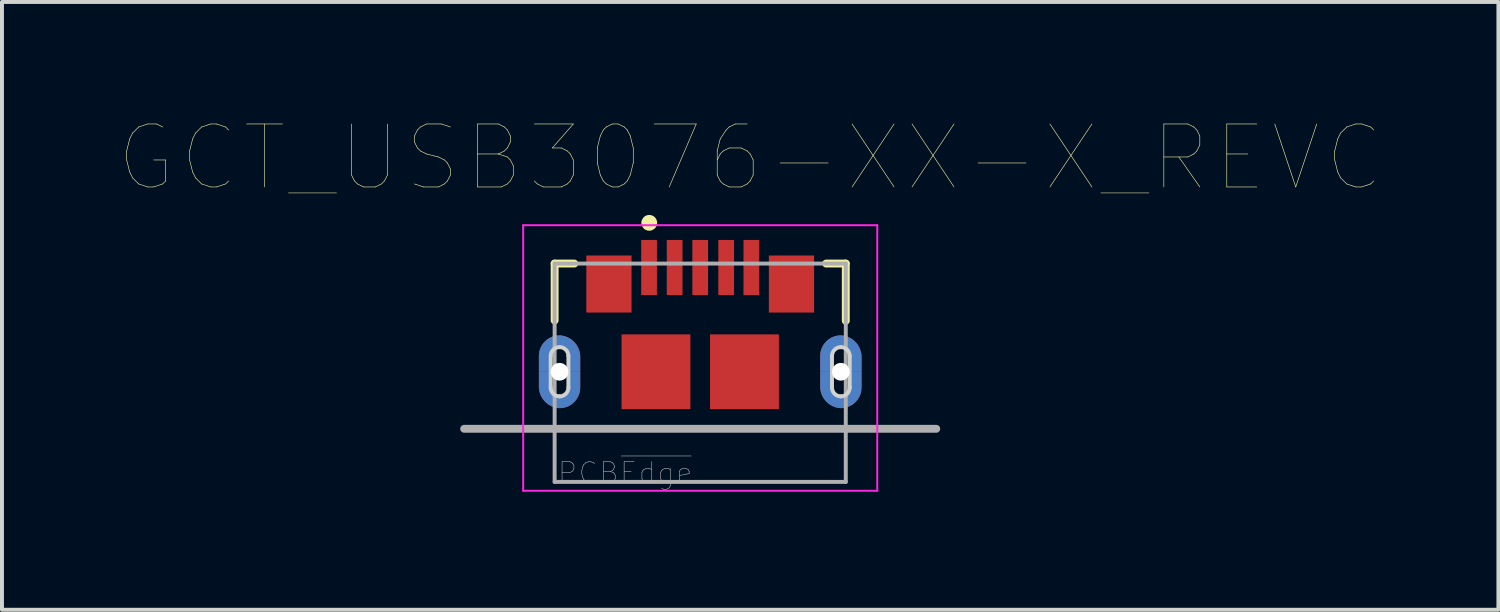
<source format=kicad_pcb>
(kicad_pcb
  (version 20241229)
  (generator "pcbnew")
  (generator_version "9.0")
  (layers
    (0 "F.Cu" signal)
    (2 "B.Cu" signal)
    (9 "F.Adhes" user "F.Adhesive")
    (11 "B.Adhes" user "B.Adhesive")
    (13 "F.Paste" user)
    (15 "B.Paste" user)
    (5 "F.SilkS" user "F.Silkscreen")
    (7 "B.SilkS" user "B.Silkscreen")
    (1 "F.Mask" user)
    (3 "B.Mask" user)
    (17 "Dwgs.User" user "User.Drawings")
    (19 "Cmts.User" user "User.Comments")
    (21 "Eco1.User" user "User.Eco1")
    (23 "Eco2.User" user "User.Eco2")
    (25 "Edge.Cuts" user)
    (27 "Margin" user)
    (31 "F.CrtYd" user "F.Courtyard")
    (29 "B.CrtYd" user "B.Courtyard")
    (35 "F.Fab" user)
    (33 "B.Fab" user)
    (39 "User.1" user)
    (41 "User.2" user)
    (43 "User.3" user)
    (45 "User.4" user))
  (footprint "GCT_USB3076-XX-X_REVC"
    (layer "F.Cu")
    (at 14.747 6.399)
    (property "Reference" "GCT_USB3076-XX-X_REVC" (at 1.27 -5.437 0) (layer "F.SilkS") (effects (font (size 1.6 1.6) (thickness 0.015))))
    (attr through_hole)
    (fp_poly (pts (xy -3.8 0) (xy -3.8 -0.4) (xy -3.8 -0.412) (xy -3.799 -0.424) (xy -3.797 -0.435) (xy -3.795 -0.447) (xy -3.792 -0.458) (xy -3.789 -0.47) (xy -3.785 -0.481) (xy -3.781 -0.492) (xy -3.775 -0.502) (xy -3.77 -0.512) (xy -3.764 -0.523) (xy -3.757 -0.532) (xy -3.75 -0.542) (xy -3.742 -0.551) (xy -3.734 -0.559) (xy -3.726 -0.567) (xy -3.717 -0.575) (xy -3.707 -0.582) (xy -3.698 -0.589) (xy -3.688 -0.595) (xy -3.677 -0.6) (xy -3.667 -0.606) (xy -3.656 -0.61) (xy -3.645 -0.614) (xy -3.633 -0.617) (xy -3.622 -0.62) (xy -3.61 -0.622) (xy -3.599 -0.624) (xy -3.587 -0.625) (xy -3.575 -0.625) (xy -3.563 -0.625) (xy -3.551 -0.624) (xy -3.54 -0.622) (xy -3.528 -0.62) (xy -3.517 -0.617) (xy -3.505 -0.614) (xy -3.494 -0.61) (xy -3.483 -0.606) (xy -3.473 -0.6) (xy -3.462 -0.595) (xy -3.452 -0.589) (xy -3.443 -0.582) (xy -3.433 -0.575) (xy -3.424 -0.567) (xy -3.416 -0.559) (xy -3.408 -0.551) (xy -3.4 -0.542) (xy -3.393 -0.532) (xy -3.386 -0.523) (xy -3.38 -0.512) (xy -3.375 -0.502) (xy -3.369 -0.492) (xy -3.365 -0.481) (xy -3.361 -0.47) (xy -3.358 -0.458) (xy -3.355 -0.447) (xy -3.353 -0.435) (xy -3.351 -0.424) (xy -3.35 -0.412) (xy -3.35 -0.4) (xy -3.35 0) (xy -3.05 0) (xy -3.05 -0.35) (xy -3.049 -0.375) (xy -3.05 -0.404) (xy -3.052 -0.433) (xy -3.056 -0.461) (xy -3.061 -0.489) (xy -3.068 -0.517) (xy -3.076 -0.545) (xy -3.086 -0.572) (xy -3.097 -0.599) (xy -3.109 -0.625) (xy -3.123 -0.65) (xy -3.138 -0.675) (xy -3.155 -0.699) (xy -3.172 -0.721) (xy -3.191 -0.743) (xy -3.211 -0.764) (xy -3.232 -0.784) (xy -3.254 -0.803) (xy -3.276 -0.82) (xy -3.3 -0.837) (xy -3.325 -0.852) (xy -3.35 -0.866) (xy -3.376 -0.878) (xy -3.403 -0.889) (xy -3.43 -0.899) (xy -3.458 -0.907) (xy -3.486 -0.914) (xy -3.514 -0.919) (xy -3.542 -0.923) (xy -3.575 -0.925) (xy -3.602 -0.924) (xy -3.63 -0.922) (xy -3.657 -0.919) (xy -3.684 -0.914) (xy -3.711 -0.907) (xy -3.737 -0.899) (xy -3.763 -0.89) (xy -3.789 -0.88) (xy -3.813 -0.868) (xy -3.837 -0.855) (xy -3.861 -0.84) (xy -3.884 -0.825) (xy -3.905 -0.808) (xy -3.926 -0.79) (xy -3.946 -0.771) (xy -3.965 -0.751) (xy -3.983 -0.73) (xy -4 -0.709) (xy -4.015 -0.686) (xy -4.03 -0.662) (xy -4.043 -0.638) (xy -4.055 -0.614) (xy -4.065 -0.588) (xy -4.074 -0.562) (xy -4.082 -0.536) (xy -4.089 -0.509) (xy -4.094 -0.482) (xy -4.097 -0.455) (xy -4.099 -0.427) (xy -4.1 -0.4) (xy -4.1 0) (xy -3.8 0)) (stroke (width 0.001) (type solid)) (fill yes) (layer "F.Cu"))
    (fp_poly (pts (xy -3.35 0) (xy -3.35 0.4) (xy -3.35 0.412) (xy -3.351 0.424) (xy -3.353 0.435) (xy -3.355 0.447) (xy -3.358 0.458) (xy -3.361 0.47) (xy -3.365 0.481) (xy -3.369 0.492) (xy -3.375 0.502) (xy -3.38 0.512) (xy -3.386 0.523) (xy -3.393 0.532) (xy -3.4 0.542) (xy -3.408 0.551) (xy -3.416 0.559) (xy -3.424 0.567) (xy -3.433 0.575) (xy -3.443 0.582) (xy -3.452 0.589) (xy -3.462 0.595) (xy -3.473 0.6) (xy -3.483 0.606) (xy -3.494 0.61) (xy -3.505 0.614) (xy -3.517 0.617) (xy -3.528 0.62) (xy -3.54 0.622) (xy -3.551 0.624) (xy -3.563 0.625) (xy -3.575 0.625) (xy -3.587 0.625) (xy -3.599 0.624) (xy -3.61 0.622) (xy -3.622 0.62) (xy -3.633 0.617) (xy -3.645 0.614) (xy -3.656 0.61) (xy -3.667 0.606) (xy -3.677 0.6) (xy -3.688 0.595) (xy -3.698 0.589) (xy -3.707 0.582) (xy -3.717 0.575) (xy -3.726 0.567) (xy -3.734 0.559) (xy -3.742 0.551) (xy -3.75 0.542) (xy -3.757 0.532) (xy -3.764 0.523) (xy -3.77 0.512) (xy -3.775 0.502) (xy -3.781 0.492) (xy -3.785 0.481) (xy -3.789 0.47) (xy -3.792 0.458) (xy -3.795 0.447) (xy -3.797 0.435) (xy -3.799 0.424) (xy -3.8 0.412) (xy -3.8 0.4) (xy -3.8 0) (xy -4.1 0) (xy -4.1 0.35) (xy -4.101 0.375) (xy -4.1 0.404) (xy -4.098 0.433) (xy -4.094 0.461) (xy -4.089 0.489) (xy -4.082 0.517) (xy -4.074 0.545) (xy -4.064 0.572) (xy -4.053 0.599) (xy -4.041 0.625) (xy -4.027 0.65) (xy -4.012 0.675) (xy -3.995 0.699) (xy -3.978 0.721) (xy -3.959 0.743) (xy -3.939 0.764) (xy -3.918 0.784) (xy -3.896 0.803) (xy -3.874 0.82) (xy -3.85 0.837) (xy -3.825 0.852) (xy -3.8 0.866) (xy -3.774 0.878) (xy -3.747 0.889) (xy -3.72 0.899) (xy -3.692 0.907) (xy -3.664 0.914) (xy -3.636 0.919) (xy -3.608 0.923) (xy -3.575 0.925) (xy -3.548 0.924) (xy -3.52 0.922) (xy -3.493 0.919) (xy -3.466 0.914) (xy -3.439 0.907) (xy -3.413 0.899) (xy -3.387 0.89) (xy -3.361 0.88) (xy -3.337 0.868) (xy -3.312 0.855) (xy -3.289 0.84) (xy -3.266 0.825) (xy -3.245 0.808) (xy -3.224 0.79) (xy -3.204 0.771) (xy -3.185 0.751) (xy -3.167 0.73) (xy -3.15 0.709) (xy -3.135 0.686) (xy -3.12 0.662) (xy -3.107 0.638) (xy -3.095 0.614) (xy -3.085 0.588) (xy -3.076 0.562) (xy -3.068 0.536) (xy -3.061 0.509) (xy -3.056 0.482) (xy -3.053 0.455) (xy -3.051 0.427) (xy -3.05 0.4) (xy -3.05 0) (xy -3.35 0)) (stroke (width 0.001) (type solid)) (fill yes) (layer "F.Cu"))
    (fp_poly (pts (xy 3.35 0) (xy 3.35 -0.4) (xy 3.35 -0.412) (xy 3.351 -0.424) (xy 3.353 -0.435) (xy 3.355 -0.447) (xy 3.358 -0.458) (xy 3.361 -0.47) (xy 3.365 -0.481) (xy 3.369 -0.492) (xy 3.375 -0.502) (xy 3.38 -0.512) (xy 3.386 -0.523) (xy 3.393 -0.532) (xy 3.4 -0.542) (xy 3.408 -0.551) (xy 3.416 -0.559) (xy 3.424 -0.567) (xy 3.433 -0.575) (xy 3.443 -0.582) (xy 3.452 -0.589) (xy 3.462 -0.595) (xy 3.473 -0.6) (xy 3.483 -0.606) (xy 3.494 -0.61) (xy 3.505 -0.614) (xy 3.517 -0.617) (xy 3.528 -0.62) (xy 3.54 -0.622) (xy 3.551 -0.624) (xy 3.563 -0.625) (xy 3.575 -0.625) (xy 3.587 -0.625) (xy 3.599 -0.624) (xy 3.61 -0.622) (xy 3.622 -0.62) (xy 3.633 -0.617) (xy 3.645 -0.614) (xy 3.656 -0.61) (xy 3.667 -0.606) (xy 3.677 -0.6) (xy 3.688 -0.595) (xy 3.698 -0.589) (xy 3.707 -0.582) (xy 3.717 -0.575) (xy 3.726 -0.567) (xy 3.734 -0.559) (xy 3.742 -0.551) (xy 3.75 -0.542) (xy 3.757 -0.532) (xy 3.764 -0.523) (xy 3.77 -0.512) (xy 3.775 -0.502) (xy 3.781 -0.492) (xy 3.785 -0.481) (xy 3.789 -0.47) (xy 3.792 -0.458) (xy 3.795 -0.447) (xy 3.797 -0.435) (xy 3.799 -0.424) (xy 3.8 -0.412) (xy 3.8 -0.4) (xy 3.8 0) (xy 4.1 0) (xy 4.1 -0.35) (xy 4.101 -0.375) (xy 4.1 -0.404) (xy 4.098 -0.433) (xy 4.094 -0.461) (xy 4.089 -0.489) (xy 4.082 -0.517) (xy 4.074 -0.545) (xy 4.064 -0.572) (xy 4.053 -0.599) (xy 4.041 -0.625) (xy 4.027 -0.65) (xy 4.012 -0.675) (xy 3.995 -0.699) (xy 3.978 -0.721) (xy 3.959 -0.743) (xy 3.939 -0.764) (xy 3.918 -0.784) (xy 3.896 -0.803) (xy 3.874 -0.82) (xy 3.85 -0.837) (xy 3.825 -0.852) (xy 3.8 -0.866) (xy 3.774 -0.878) (xy 3.747 -0.889) (xy 3.72 -0.899) (xy 3.692 -0.907) (xy 3.664 -0.914) (xy 3.636 -0.919) (xy 3.608 -0.923) (xy 3.575 -0.925) (xy 3.548 -0.924) (xy 3.52 -0.922) (xy 3.493 -0.919) (xy 3.466 -0.914) (xy 3.439 -0.907) (xy 3.413 -0.899) (xy 3.387 -0.89) (xy 3.361 -0.88) (xy 3.337 -0.868) (xy 3.312 -0.855) (xy 3.289 -0.84) (xy 3.266 -0.825) (xy 3.245 -0.808) (xy 3.224 -0.79) (xy 3.204 -0.771) (xy 3.185 -0.751) (xy 3.167 -0.73) (xy 3.15 -0.709) (xy 3.135 -0.686) (xy 3.12 -0.662) (xy 3.107 -0.638) (xy 3.095 -0.614) (xy 3.085 -0.588) (xy 3.076 -0.562) (xy 3.068 -0.536) (xy 3.061 -0.509) (xy 3.056 -0.482) (xy 3.053 -0.455) (xy 3.051 -0.427) (xy 3.05 -0.4) (xy 3.05 0) (xy 3.35 0)) (stroke (width 0.001) (type solid)) (fill yes) (layer "F.Cu"))
    (fp_poly (pts (xy 3.8 0) (xy 3.8 0.4) (xy 3.8 0.412) (xy 3.799 0.424) (xy 3.797 0.435) (xy 3.795 0.447) (xy 3.792 0.458) (xy 3.789 0.47) (xy 3.785 0.481) (xy 3.781 0.492) (xy 3.775 0.502) (xy 3.77 0.512) (xy 3.764 0.523) (xy 3.757 0.532) (xy 3.75 0.542) (xy 3.742 0.551) (xy 3.734 0.559) (xy 3.726 0.567) (xy 3.717 0.575) (xy 3.707 0.582) (xy 3.698 0.589) (xy 3.688 0.595) (xy 3.677 0.6) (xy 3.667 0.606) (xy 3.656 0.61) (xy 3.645 0.614) (xy 3.633 0.617) (xy 3.622 0.62) (xy 3.61 0.622) (xy 3.599 0.624) (xy 3.587 0.625) (xy 3.575 0.625) (xy 3.563 0.625) (xy 3.551 0.624) (xy 3.54 0.622) (xy 3.528 0.62) (xy 3.517 0.617) (xy 3.505 0.614) (xy 3.494 0.61) (xy 3.483 0.606) (xy 3.473 0.6) (xy 3.462 0.595) (xy 3.452 0.589) (xy 3.443 0.582) (xy 3.433 0.575) (xy 3.424 0.567) (xy 3.416 0.559) (xy 3.408 0.551) (xy 3.4 0.542) (xy 3.393 0.532) (xy 3.386 0.523) (xy 3.38 0.512) (xy 3.375 0.502) (xy 3.369 0.492) (xy 3.365 0.481) (xy 3.361 0.47) (xy 3.358 0.458) (xy 3.355 0.447) (xy 3.353 0.435) (xy 3.351 0.424) (xy 3.35 0.412) (xy 3.35 0.4) (xy 3.35 0) (xy 3.05 0) (xy 3.05 0.35) (xy 3.049 0.375) (xy 3.05 0.404) (xy 3.052 0.433) (xy 3.056 0.461) (xy 3.061 0.489) (xy 3.068 0.517) (xy 3.076 0.545) (xy 3.086 0.572) (xy 3.097 0.599) (xy 3.109 0.625) (xy 3.123 0.65) (xy 3.138 0.675) (xy 3.155 0.699) (xy 3.172 0.721) (xy 3.191 0.743) (xy 3.211 0.764) (xy 3.232 0.784) (xy 3.254 0.803) (xy 3.276 0.82) (xy 3.3 0.837) (xy 3.325 0.852) (xy 3.35 0.866) (xy 3.376 0.878) (xy 3.403 0.889) (xy 3.43 0.899) (xy 3.458 0.907) (xy 3.486 0.914) (xy 3.514 0.919) (xy 3.542 0.923) (xy 3.575 0.925) (xy 3.602 0.924) (xy 3.63 0.922) (xy 3.657 0.919) (xy 3.684 0.914) (xy 3.711 0.907) (xy 3.737 0.899) (xy 3.763 0.89) (xy 3.789 0.88) (xy 3.813 0.868) (xy 3.837 0.855) (xy 3.861 0.84) (xy 3.884 0.825) (xy 3.905 0.808) (xy 3.926 0.79) (xy 3.946 0.771) (xy 3.965 0.751) (xy 3.983 0.73) (xy 4 0.709) (xy 4.015 0.686) (xy 4.03 0.662) (xy 4.043 0.638) (xy 4.055 0.614) (xy 4.065 0.588) (xy 4.074 0.562) (xy 4.082 0.536) (xy 4.089 0.509) (xy 4.094 0.482) (xy 4.097 0.455) (xy 4.099 0.427) (xy 4.1 0.4) (xy 4.1 0) (xy 3.8 0)) (stroke (width 0.001) (type solid)) (fill yes) (layer "F.Cu"))
    (fp_poly (pts (xy -4.304 -1.15) (xy -2.849 -1.15) (xy -2.849 1.151) (xy -4.304 1.151)) (stroke (width 0.01) (type solid)) (fill yes) (layer "F.Mask"))
    (fp_poly (pts (xy 2.856 -1.15) (xy 4.301 -1.15) (xy 4.301 1.152) (xy 2.856 1.152)) (stroke (width 0.01) (type solid)) (fill yes) (layer "F.Mask"))
    (fp_poly (pts (xy -3.8 0) (xy -3.8 -0.4) (xy -3.8 -0.412) (xy -3.799 -0.424) (xy -3.797 -0.435) (xy -3.795 -0.447) (xy -3.792 -0.458) (xy -3.789 -0.47) (xy -3.785 -0.481) (xy -3.781 -0.492) (xy -3.775 -0.502) (xy -3.77 -0.512) (xy -3.764 -0.523) (xy -3.757 -0.532) (xy -3.75 -0.542) (xy -3.742 -0.551) (xy -3.734 -0.559) (xy -3.726 -0.567) (xy -3.717 -0.575) (xy -3.707 -0.582) (xy -3.698 -0.589) (xy -3.688 -0.595) (xy -3.677 -0.6) (xy -3.667 -0.606) (xy -3.656 -0.61) (xy -3.645 -0.614) (xy -3.633 -0.617) (xy -3.622 -0.62) (xy -3.61 -0.622) (xy -3.599 -0.624) (xy -3.587 -0.625) (xy -3.575 -0.625) (xy -3.563 -0.625) (xy -3.551 -0.624) (xy -3.54 -0.622) (xy -3.528 -0.62) (xy -3.517 -0.617) (xy -3.505 -0.614) (xy -3.494 -0.61) (xy -3.483 -0.606) (xy -3.473 -0.6) (xy -3.462 -0.595) (xy -3.452 -0.589) (xy -3.443 -0.582) (xy -3.433 -0.575) (xy -3.424 -0.567) (xy -3.416 -0.559) (xy -3.408 -0.551) (xy -3.4 -0.542) (xy -3.393 -0.532) (xy -3.386 -0.523) (xy -3.38 -0.512) (xy -3.375 -0.502) (xy -3.369 -0.492) (xy -3.365 -0.481) (xy -3.361 -0.47) (xy -3.358 -0.458) (xy -3.355 -0.447) (xy -3.353 -0.435) (xy -3.351 -0.424) (xy -3.35 -0.412) (xy -3.35 -0.4) (xy -3.35 0) (xy -3.05 0) (xy -3.05 -0.35) (xy -3.049 -0.375) (xy -3.05 -0.404) (xy -3.052 -0.433) (xy -3.056 -0.461) (xy -3.061 -0.489) (xy -3.068 -0.517) (xy -3.076 -0.545) (xy -3.086 -0.572) (xy -3.097 -0.599) (xy -3.109 -0.625) (xy -3.123 -0.65) (xy -3.138 -0.675) (xy -3.155 -0.699) (xy -3.172 -0.721) (xy -3.191 -0.743) (xy -3.211 -0.764) (xy -3.232 -0.784) (xy -3.254 -0.803) (xy -3.276 -0.82) (xy -3.3 -0.837) (xy -3.325 -0.852) (xy -3.35 -0.866) (xy -3.376 -0.878) (xy -3.403 -0.889) (xy -3.43 -0.899) (xy -3.458 -0.907) (xy -3.486 -0.914) (xy -3.514 -0.919) (xy -3.542 -0.923) (xy -3.575 -0.925) (xy -3.602 -0.924) (xy -3.63 -0.922) (xy -3.657 -0.919) (xy -3.684 -0.914) (xy -3.711 -0.907) (xy -3.737 -0.899) (xy -3.763 -0.89) (xy -3.789 -0.88) (xy -3.813 -0.868) (xy -3.837 -0.855) (xy -3.861 -0.84) (xy -3.884 -0.825) (xy -3.905 -0.808) (xy -3.926 -0.79) (xy -3.946 -0.771) (xy -3.965 -0.751) (xy -3.983 -0.73) (xy -4 -0.709) (xy -4.015 -0.686) (xy -4.03 -0.662) (xy -4.043 -0.638) (xy -4.055 -0.614) (xy -4.065 -0.588) (xy -4.074 -0.562) (xy -4.082 -0.536) (xy -4.089 -0.509) (xy -4.094 -0.482) (xy -4.097 -0.455) (xy -4.099 -0.427) (xy -4.1 -0.4) (xy -4.1 0) (xy -3.8 0)) (stroke (width 0.001) (type solid)) (fill yes) (layer "B.Cu"))
    (fp_poly (pts (xy -3.35 0) (xy -3.35 0.4) (xy -3.35 0.412) (xy -3.351 0.424) (xy -3.353 0.435) (xy -3.355 0.447) (xy -3.358 0.458) (xy -3.361 0.47) (xy -3.365 0.481) (xy -3.369 0.492) (xy -3.375 0.502) (xy -3.38 0.512) (xy -3.386 0.523) (xy -3.393 0.532) (xy -3.4 0.542) (xy -3.408 0.551) (xy -3.416 0.559) (xy -3.424 0.567) (xy -3.433 0.575) (xy -3.443 0.582) (xy -3.452 0.589) (xy -3.462 0.595) (xy -3.473 0.6) (xy -3.483 0.606) (xy -3.494 0.61) (xy -3.505 0.614) (xy -3.517 0.617) (xy -3.528 0.62) (xy -3.54 0.622) (xy -3.551 0.624) (xy -3.563 0.625) (xy -3.575 0.625) (xy -3.587 0.625) (xy -3.599 0.624) (xy -3.61 0.622) (xy -3.622 0.62) (xy -3.633 0.617) (xy -3.645 0.614) (xy -3.656 0.61) (xy -3.667 0.606) (xy -3.677 0.6) (xy -3.688 0.595) (xy -3.698 0.589) (xy -3.707 0.582) (xy -3.717 0.575) (xy -3.726 0.567) (xy -3.734 0.559) (xy -3.742 0.551) (xy -3.75 0.542) (xy -3.757 0.532) (xy -3.764 0.523) (xy -3.77 0.512) (xy -3.775 0.502) (xy -3.781 0.492) (xy -3.785 0.481) (xy -3.789 0.47) (xy -3.792 0.458) (xy -3.795 0.447) (xy -3.797 0.435) (xy -3.799 0.424) (xy -3.8 0.412) (xy -3.8 0.4) (xy -3.8 0) (xy -4.1 0) (xy -4.1 0.35) (xy -4.101 0.375) (xy -4.1 0.404) (xy -4.098 0.433) (xy -4.094 0.461) (xy -4.089 0.489) (xy -4.082 0.517) (xy -4.074 0.545) (xy -4.064 0.572) (xy -4.053 0.599) (xy -4.041 0.625) (xy -4.027 0.65) (xy -4.012 0.675) (xy -3.995 0.699) (xy -3.978 0.721) (xy -3.959 0.743) (xy -3.939 0.764) (xy -3.918 0.784) (xy -3.896 0.803) (xy -3.874 0.82) (xy -3.85 0.837) (xy -3.825 0.852) (xy -3.8 0.866) (xy -3.774 0.878) (xy -3.747 0.889) (xy -3.72 0.899) (xy -3.692 0.907) (xy -3.664 0.914) (xy -3.636 0.919) (xy -3.608 0.923) (xy -3.575 0.925) (xy -3.548 0.924) (xy -3.52 0.922) (xy -3.493 0.919) (xy -3.466 0.914) (xy -3.439 0.907) (xy -3.413 0.899) (xy -3.387 0.89) (xy -3.361 0.88) (xy -3.337 0.868) (xy -3.312 0.855) (xy -3.289 0.84) (xy -3.266 0.825) (xy -3.245 0.808) (xy -3.224 0.79) (xy -3.204 0.771) (xy -3.185 0.751) (xy -3.167 0.73) (xy -3.15 0.709) (xy -3.135 0.686) (xy -3.12 0.662) (xy -3.107 0.638) (xy -3.095 0.614) (xy -3.085 0.588) (xy -3.076 0.562) (xy -3.068 0.536) (xy -3.061 0.509) (xy -3.056 0.482) (xy -3.053 0.455) (xy -3.051 0.427) (xy -3.05 0.4) (xy -3.05 0) (xy -3.35 0)) (stroke (width 0.001) (type solid)) (fill yes) (layer "B.Cu"))
    (fp_poly (pts (xy 3.35 0) (xy 3.35 -0.4) (xy 3.35 -0.412) (xy 3.351 -0.424) (xy 3.353 -0.435) (xy 3.355 -0.447) (xy 3.358 -0.458) (xy 3.361 -0.47) (xy 3.365 -0.481) (xy 3.369 -0.492) (xy 3.375 -0.502) (xy 3.38 -0.512) (xy 3.386 -0.523) (xy 3.393 -0.532) (xy 3.4 -0.542) (xy 3.408 -0.551) (xy 3.416 -0.559) (xy 3.424 -0.567) (xy 3.433 -0.575) (xy 3.443 -0.582) (xy 3.452 -0.589) (xy 3.462 -0.595) (xy 3.473 -0.6) (xy 3.483 -0.606) (xy 3.494 -0.61) (xy 3.505 -0.614) (xy 3.517 -0.617) (xy 3.528 -0.62) (xy 3.54 -0.622) (xy 3.551 -0.624) (xy 3.563 -0.625) (xy 3.575 -0.625) (xy 3.587 -0.625) (xy 3.599 -0.624) (xy 3.61 -0.622) (xy 3.622 -0.62) (xy 3.633 -0.617) (xy 3.645 -0.614) (xy 3.656 -0.61) (xy 3.667 -0.606) (xy 3.677 -0.6) (xy 3.688 -0.595) (xy 3.698 -0.589) (xy 3.707 -0.582) (xy 3.717 -0.575) (xy 3.726 -0.567) (xy 3.734 -0.559) (xy 3.742 -0.551) (xy 3.75 -0.542) (xy 3.757 -0.532) (xy 3.764 -0.523) (xy 3.77 -0.512) (xy 3.775 -0.502) (xy 3.781 -0.492) (xy 3.785 -0.481) (xy 3.789 -0.47) (xy 3.792 -0.458) (xy 3.795 -0.447) (xy 3.797 -0.435) (xy 3.799 -0.424) (xy 3.8 -0.412) (xy 3.8 -0.4) (xy 3.8 0) (xy 4.1 0) (xy 4.1 -0.35) (xy 4.101 -0.375) (xy 4.1 -0.404) (xy 4.098 -0.433) (xy 4.094 -0.461) (xy 4.089 -0.489) (xy 4.082 -0.517) (xy 4.074 -0.545) (xy 4.064 -0.572) (xy 4.053 -0.599) (xy 4.041 -0.625) (xy 4.027 -0.65) (xy 4.012 -0.675) (xy 3.995 -0.699) (xy 3.978 -0.721) (xy 3.959 -0.743) (xy 3.939 -0.764) (xy 3.918 -0.784) (xy 3.896 -0.803) (xy 3.874 -0.82) (xy 3.85 -0.837) (xy 3.825 -0.852) (xy 3.8 -0.866) (xy 3.774 -0.878) (xy 3.747 -0.889) (xy 3.72 -0.899) (xy 3.692 -0.907) (xy 3.664 -0.914) (xy 3.636 -0.919) (xy 3.608 -0.923) (xy 3.575 -0.925) (xy 3.548 -0.924) (xy 3.52 -0.922) (xy 3.493 -0.919) (xy 3.466 -0.914) (xy 3.439 -0.907) (xy 3.413 -0.899) (xy 3.387 -0.89) (xy 3.361 -0.88) (xy 3.337 -0.868) (xy 3.312 -0.855) (xy 3.289 -0.84) (xy 3.266 -0.825) (xy 3.245 -0.808) (xy 3.224 -0.79) (xy 3.204 -0.771) (xy 3.185 -0.751) (xy 3.167 -0.73) (xy 3.15 -0.709) (xy 3.135 -0.686) (xy 3.12 -0.662) (xy 3.107 -0.638) (xy 3.095 -0.614) (xy 3.085 -0.588) (xy 3.076 -0.562) (xy 3.068 -0.536) (xy 3.061 -0.509) (xy 3.056 -0.482) (xy 3.053 -0.455) (xy 3.051 -0.427) (xy 3.05 -0.4) (xy 3.05 0) (xy 3.35 0)) (stroke (width 0.001) (type solid)) (fill yes) (layer "B.Cu"))
    (fp_poly (pts (xy 3.8 0) (xy 3.8 0.4) (xy 3.8 0.412) (xy 3.799 0.424) (xy 3.797 0.435) (xy 3.795 0.447) (xy 3.792 0.458) (xy 3.789 0.47) (xy 3.785 0.481) (xy 3.781 0.492) (xy 3.775 0.502) (xy 3.77 0.512) (xy 3.764 0.523) (xy 3.757 0.532) (xy 3.75 0.542) (xy 3.742 0.551) (xy 3.734 0.559) (xy 3.726 0.567) (xy 3.717 0.575) (xy 3.707 0.582) (xy 3.698 0.589) (xy 3.688 0.595) (xy 3.677 0.6) (xy 3.667 0.606) (xy 3.656 0.61) (xy 3.645 0.614) (xy 3.633 0.617) (xy 3.622 0.62) (xy 3.61 0.622) (xy 3.599 0.624) (xy 3.587 0.625) (xy 3.575 0.625) (xy 3.563 0.625) (xy 3.551 0.624) (xy 3.54 0.622) (xy 3.528 0.62) (xy 3.517 0.617) (xy 3.505 0.614) (xy 3.494 0.61) (xy 3.483 0.606) (xy 3.473 0.6) (xy 3.462 0.595) (xy 3.452 0.589) (xy 3.443 0.582) (xy 3.433 0.575) (xy 3.424 0.567) (xy 3.416 0.559) (xy 3.408 0.551) (xy 3.4 0.542) (xy 3.393 0.532) (xy 3.386 0.523) (xy 3.38 0.512) (xy 3.375 0.502) (xy 3.369 0.492) (xy 3.365 0.481) (xy 3.361 0.47) (xy 3.358 0.458) (xy 3.355 0.447) (xy 3.353 0.435) (xy 3.351 0.424) (xy 3.35 0.412) (xy 3.35 0.4) (xy 3.35 0) (xy 3.05 0) (xy 3.05 0.35) (xy 3.049 0.375) (xy 3.05 0.404) (xy 3.052 0.433) (xy 3.056 0.461) (xy 3.061 0.489) (xy 3.068 0.517) (xy 3.076 0.545) (xy 3.086 0.572) (xy 3.097 0.599) (xy 3.109 0.625) (xy 3.123 0.65) (xy 3.138 0.675) (xy 3.155 0.699) (xy 3.172 0.721) (xy 3.191 0.743) (xy 3.211 0.764) (xy 3.232 0.784) (xy 3.254 0.803) (xy 3.276 0.82) (xy 3.3 0.837) (xy 3.325 0.852) (xy 3.35 0.866) (xy 3.376 0.878) (xy 3.403 0.889) (xy 3.43 0.899) (xy 3.458 0.907) (xy 3.486 0.914) (xy 3.514 0.919) (xy 3.542 0.923) (xy 3.575 0.925) (xy 3.602 0.924) (xy 3.63 0.922) (xy 3.657 0.919) (xy 3.684 0.914) (xy 3.711 0.907) (xy 3.737 0.899) (xy 3.763 0.89) (xy 3.789 0.88) (xy 3.813 0.868) (xy 3.837 0.855) (xy 3.861 0.84) (xy 3.884 0.825) (xy 3.905 0.808) (xy 3.926 0.79) (xy 3.946 0.771) (xy 3.965 0.751) (xy 3.983 0.73) (xy 4 0.709) (xy 4.015 0.686) (xy 4.03 0.662) (xy 4.043 0.638) (xy 4.055 0.614) (xy 4.065 0.588) (xy 4.074 0.562) (xy 4.082 0.536) (xy 4.089 0.509) (xy 4.094 0.482) (xy 4.097 0.455) (xy 4.099 0.427) (xy 4.1 0.4) (xy 4.1 0) (xy 3.8 0)) (stroke (width 0.001) (type solid)) (fill yes) (layer "B.Cu"))
    (fp_poly (pts (xy -4.307 -1.15) (xy -2.849 -1.15) (xy -2.849 1.152) (xy -4.307 1.152)) (stroke (width 0.01) (type solid)) (fill yes) (layer "B.Mask"))
    (fp_poly (pts (xy 2.854 -1.15) (xy 4.301 -1.15) (xy 4.301 1.151) (xy 2.854 1.151)) (stroke (width 0.01) (type solid)) (fill yes) (layer "B.Mask"))
    (fp_line (start -3.7 -2.75) (end -3.2 -2.75) (stroke (width 0.2) (type solid)) (layer "F.SilkS"))
    (fp_line (start -3.7 -1.305) (end -3.7 -2.75) (stroke (width 0.2) (type solid)) (layer "F.SilkS"))
    (fp_line (start 3.2 -2.75) (end 3.7 -2.75) (stroke (width 0.2) (type solid)) (layer "F.SilkS"))
    (fp_line (start 3.7 -1.295) (end 3.7 -2.75) (stroke (width 0.2) (type solid)) (layer "F.SilkS"))
    (fp_circle (center -1.295 -3.785) (end -1.194 -3.785) (stroke (width 0.2) (type solid)) (fill no) (layer "F.SilkS"))
    (fp_poly (pts (xy -3.8 0) (xy -3.8 -0.4) (xy -3.8 -0.412) (xy -3.799 -0.424) (xy -3.797 -0.435) (xy -3.795 -0.447) (xy -3.792 -0.458) (xy -3.789 -0.47) (xy -3.785 -0.481) (xy -3.781 -0.492) (xy -3.775 -0.502) (xy -3.77 -0.512) (xy -3.764 -0.523) (xy -3.757 -0.532) (xy -3.75 -0.542) (xy -3.742 -0.551) (xy -3.734 -0.559) (xy -3.726 -0.567) (xy -3.717 -0.575) (xy -3.707 -0.582) (xy -3.698 -0.589) (xy -3.688 -0.595) (xy -3.677 -0.6) (xy -3.667 -0.606) (xy -3.656 -0.61) (xy -3.645 -0.614) (xy -3.633 -0.617) (xy -3.622 -0.62) (xy -3.61 -0.622) (xy -3.599 -0.624) (xy -3.587 -0.625) (xy -3.575 -0.625) (xy -3.563 -0.625) (xy -3.551 -0.624) (xy -3.54 -0.622) (xy -3.528 -0.62) (xy -3.517 -0.617) (xy -3.505 -0.614) (xy -3.494 -0.61) (xy -3.483 -0.606) (xy -3.473 -0.6) (xy -3.462 -0.595) (xy -3.452 -0.589) (xy -3.443 -0.582) (xy -3.433 -0.575) (xy -3.424 -0.567) (xy -3.416 -0.559) (xy -3.408 -0.551) (xy -3.4 -0.542) (xy -3.393 -0.532) (xy -3.386 -0.523) (xy -3.38 -0.512) (xy -3.375 -0.502) (xy -3.369 -0.492) (xy -3.365 -0.481) (xy -3.361 -0.47) (xy -3.358 -0.458) (xy -3.355 -0.447) (xy -3.353 -0.435) (xy -3.351 -0.424) (xy -3.35 -0.412) (xy -3.35 -0.4) (xy -3.35 0) (xy -3.05 0) (xy -3.05 -0.35) (xy -3.049 -0.375) (xy -3.05 -0.404) (xy -3.052 -0.433) (xy -3.056 -0.461) (xy -3.061 -0.489) (xy -3.068 -0.517) (xy -3.076 -0.545) (xy -3.086 -0.572) (xy -3.097 -0.599) (xy -3.109 -0.625) (xy -3.123 -0.65) (xy -3.138 -0.675) (xy -3.155 -0.699) (xy -3.172 -0.721) (xy -3.191 -0.743) (xy -3.211 -0.764) (xy -3.232 -0.784) (xy -3.254 -0.803) (xy -3.276 -0.82) (xy -3.3 -0.837) (xy -3.325 -0.852) (xy -3.35 -0.866) (xy -3.376 -0.878) (xy -3.403 -0.889) (xy -3.43 -0.899) (xy -3.458 -0.907) (xy -3.486 -0.914) (xy -3.514 -0.919) (xy -3.542 -0.923) (xy -3.575 -0.925) (xy -3.602 -0.924) (xy -3.63 -0.922) (xy -3.657 -0.919) (xy -3.684 -0.914) (xy -3.711 -0.907) (xy -3.737 -0.899) (xy -3.763 -0.89) (xy -3.789 -0.88) (xy -3.813 -0.868) (xy -3.837 -0.855) (xy -3.861 -0.84) (xy -3.884 -0.825) (xy -3.905 -0.808) (xy -3.926 -0.79) (xy -3.946 -0.771) (xy -3.965 -0.751) (xy -3.983 -0.73) (xy -4 -0.709) (xy -4.015 -0.686) (xy -4.03 -0.662) (xy -4.043 -0.638) (xy -4.055 -0.614) (xy -4.065 -0.588) (xy -4.074 -0.562) (xy -4.082 -0.536) (xy -4.089 -0.509) (xy -4.094 -0.482) (xy -4.097 -0.455) (xy -4.099 -0.427) (xy -4.1 -0.4) (xy -4.1 0) (xy -3.8 0)) (stroke (width 0.001) (type solid)) (fill yes) (layer "F.Paste"))
    (fp_poly (pts (xy -3.799 0) (xy -3.799 -0.4) (xy -3.799 -0.412) (xy -3.798 -0.424) (xy -3.796 -0.435) (xy -3.794 -0.447) (xy -3.791 -0.458) (xy -3.788 -0.47) (xy -3.784 -0.481) (xy -3.78 -0.492) (xy -3.774 -0.502) (xy -3.769 -0.512) (xy -3.763 -0.523) (xy -3.756 -0.532) (xy -3.749 -0.542) (xy -3.741 -0.551) (xy -3.733 -0.559) (xy -3.725 -0.567) (xy -3.716 -0.575) (xy -3.706 -0.582) (xy -3.697 -0.589) (xy -3.687 -0.595) (xy -3.676 -0.6) (xy -3.666 -0.606) (xy -3.655 -0.61) (xy -3.644 -0.614) (xy -3.632 -0.617) (xy -3.621 -0.62) (xy -3.609 -0.622) (xy -3.598 -0.624) (xy -3.586 -0.625) (xy -3.574 -0.625) (xy -3.562 -0.625) (xy -3.55 -0.624) (xy -3.539 -0.622) (xy -3.527 -0.62) (xy -3.516 -0.617) (xy -3.504 -0.614) (xy -3.493 -0.61) (xy -3.482 -0.606) (xy -3.472 -0.6) (xy -3.462 -0.595) (xy -3.451 -0.589) (xy -3.442 -0.582) (xy -3.432 -0.575) (xy -3.423 -0.567) (xy -3.415 -0.559) (xy -3.407 -0.551) (xy -3.399 -0.542) (xy -3.392 -0.532) (xy -3.385 -0.523) (xy -3.379 -0.512) (xy -3.374 -0.502) (xy -3.368 -0.492) (xy -3.364 -0.481) (xy -3.36 -0.47) (xy -3.357 -0.458) (xy -3.354 -0.447) (xy -3.352 -0.435) (xy -3.35 -0.424) (xy -3.349 -0.412) (xy -3.349 -0.4) (xy -3.349 0) (xy -3.049 0) (xy -3.049 -0.355) (xy -3.049 -0.387) (xy -3.05 -0.416) (xy -3.053 -0.444) (xy -3.057 -0.473) (xy -3.063 -0.501) (xy -3.07 -0.529) (xy -3.078 -0.556) (xy -3.088 -0.583) (xy -3.1 -0.609) (xy -3.113 -0.635) (xy -3.127 -0.66) (xy -3.142 -0.684) (xy -3.159 -0.707) (xy -3.177 -0.73) (xy -3.196 -0.751) (xy -3.216 -0.772) (xy -3.237 -0.791) (xy -3.259 -0.809) (xy -3.282 -0.826) (xy -3.306 -0.842) (xy -3.331 -0.857) (xy -3.356 -0.87) (xy -3.382 -0.882) (xy -3.409 -0.892) (xy -3.436 -0.902) (xy -3.464 -0.909) (xy -3.492 -0.915) (xy -3.52 -0.92) (xy -3.549 -0.923) (xy -3.574 -0.925) (xy -3.601 -0.924) (xy -3.629 -0.922) (xy -3.656 -0.919) (xy -3.683 -0.914) (xy -3.71 -0.907) (xy -3.736 -0.899) (xy -3.762 -0.89) (xy -3.788 -0.88) (xy -3.812 -0.868) (xy -3.837 -0.855) (xy -3.86 -0.84) (xy -3.883 -0.825) (xy -3.904 -0.808) (xy -3.925 -0.79) (xy -3.945 -0.771) (xy -3.964 -0.751) (xy -3.982 -0.73) (xy -3.999 -0.709) (xy -4.014 -0.686) (xy -4.029 -0.662) (xy -4.042 -0.638) (xy -4.054 -0.614) (xy -4.064 -0.588) (xy -4.073 -0.562) (xy -4.081 -0.536) (xy -4.088 -0.509) (xy -4.093 -0.482) (xy -4.096 -0.455) (xy -4.098 -0.427) (xy -4.099 -0.4) (xy -4.099 0) (xy -3.799 0)) (stroke (width 0.001) (type solid)) (fill yes) (layer "F.Paste"))
    (fp_poly (pts (xy -3.35 0) (xy -3.35 0.4) (xy -3.35 0.412) (xy -3.351 0.424) (xy -3.353 0.435) (xy -3.355 0.447) (xy -3.358 0.458) (xy -3.361 0.47) (xy -3.365 0.481) (xy -3.369 0.492) (xy -3.375 0.502) (xy -3.38 0.512) (xy -3.386 0.523) (xy -3.393 0.532) (xy -3.4 0.542) (xy -3.408 0.551) (xy -3.416 0.559) (xy -3.424 0.567) (xy -3.433 0.575) (xy -3.443 0.582) (xy -3.452 0.589) (xy -3.462 0.595) (xy -3.473 0.6) (xy -3.483 0.606) (xy -3.494 0.61) (xy -3.505 0.614) (xy -3.517 0.617) (xy -3.528 0.62) (xy -3.54 0.622) (xy -3.551 0.624) (xy -3.563 0.625) (xy -3.575 0.625) (xy -3.587 0.625) (xy -3.599 0.624) (xy -3.61 0.622) (xy -3.622 0.62) (xy -3.633 0.617) (xy -3.645 0.614) (xy -3.656 0.61) (xy -3.667 0.606) (xy -3.677 0.6) (xy -3.688 0.595) (xy -3.698 0.589) (xy -3.707 0.582) (xy -3.717 0.575) (xy -3.726 0.567) (xy -3.734 0.559) (xy -3.742 0.551) (xy -3.75 0.542) (xy -3.757 0.532) (xy -3.764 0.523) (xy -3.77 0.512) (xy -3.775 0.502) (xy -3.781 0.492) (xy -3.785 0.481) (xy -3.789 0.47) (xy -3.792 0.458) (xy -3.795 0.447) (xy -3.797 0.435) (xy -3.799 0.424) (xy -3.8 0.412) (xy -3.8 0.4) (xy -3.8 0) (xy -4.1 0) (xy -4.1 0.35) (xy -4.101 0.375) (xy -4.1 0.404) (xy -4.098 0.433) (xy -4.094 0.461) (xy -4.089 0.489) (xy -4.082 0.517) (xy -4.074 0.545) (xy -4.064 0.572) (xy -4.053 0.599) (xy -4.041 0.625) (xy -4.027 0.65) (xy -4.012 0.675) (xy -3.995 0.699) (xy -3.978 0.721) (xy -3.959 0.743) (xy -3.939 0.764) (xy -3.918 0.784) (xy -3.896 0.803) (xy -3.874 0.82) (xy -3.85 0.837) (xy -3.825 0.852) (xy -3.8 0.866) (xy -3.774 0.878) (xy -3.747 0.889) (xy -3.72 0.899) (xy -3.692 0.907) (xy -3.664 0.914) (xy -3.636 0.919) (xy -3.608 0.923) (xy -3.575 0.925) (xy -3.548 0.924) (xy -3.52 0.922) (xy -3.493 0.919) (xy -3.466 0.914) (xy -3.439 0.907) (xy -3.413 0.899) (xy -3.387 0.89) (xy -3.361 0.88) (xy -3.337 0.868) (xy -3.312 0.855) (xy -3.289 0.84) (xy -3.266 0.825) (xy -3.245 0.808) (xy -3.224 0.79) (xy -3.204 0.771) (xy -3.185 0.751) (xy -3.167 0.73) (xy -3.15 0.709) (xy -3.135 0.686) (xy -3.12 0.662) (xy -3.107 0.638) (xy -3.095 0.614) (xy -3.085 0.588) (xy -3.076 0.562) (xy -3.068 0.536) (xy -3.061 0.509) (xy -3.056 0.482) (xy -3.053 0.455) (xy -3.051 0.427) (xy -3.05 0.4) (xy -3.05 0) (xy -3.35 0)) (stroke (width 0.001) (type solid)) (fill yes) (layer "F.Paste"))
    (fp_poly (pts (xy -3.349 0) (xy -3.349 0.4) (xy -3.349 0.412) (xy -3.35 0.424) (xy -3.352 0.435) (xy -3.354 0.447) (xy -3.357 0.458) (xy -3.36 0.47) (xy -3.364 0.481) (xy -3.368 0.492) (xy -3.374 0.502) (xy -3.379 0.512) (xy -3.385 0.523) (xy -3.392 0.532) (xy -3.399 0.542) (xy -3.407 0.551) (xy -3.415 0.559) (xy -3.423 0.567) (xy -3.432 0.575) (xy -3.442 0.582) (xy -3.451 0.589) (xy -3.462 0.595) (xy -3.472 0.6) (xy -3.482 0.606) (xy -3.493 0.61) (xy -3.504 0.614) (xy -3.516 0.617) (xy -3.527 0.62) (xy -3.539 0.622) (xy -3.55 0.624) (xy -3.562 0.625) (xy -3.574 0.625) (xy -3.586 0.625) (xy -3.598 0.624) (xy -3.609 0.622) (xy -3.621 0.62) (xy -3.632 0.617) (xy -3.644 0.614) (xy -3.655 0.61) (xy -3.666 0.606) (xy -3.676 0.6) (xy -3.687 0.595) (xy -3.697 0.589) (xy -3.706 0.582) (xy -3.716 0.575) (xy -3.725 0.567) (xy -3.733 0.559) (xy -3.741 0.551) (xy -3.749 0.542) (xy -3.756 0.532) (xy -3.763 0.523) (xy -3.769 0.512) (xy -3.774 0.502) (xy -3.78 0.492) (xy -3.784 0.481) (xy -3.788 0.47) (xy -3.791 0.458) (xy -3.794 0.447) (xy -3.796 0.435) (xy -3.798 0.424) (xy -3.799 0.412) (xy -3.799 0.4) (xy -3.799 0) (xy -4.099 0) (xy -4.099 0.355) (xy -4.099 0.387) (xy -4.098 0.416) (xy -4.095 0.444) (xy -4.091 0.473) (xy -4.085 0.501) (xy -4.078 0.529) (xy -4.07 0.556) (xy -4.06 0.583) (xy -4.048 0.609) (xy -4.035 0.635) (xy -4.021 0.66) (xy -4.006 0.684) (xy -3.989 0.707) (xy -3.971 0.73) (xy -3.952 0.751) (xy -3.932 0.772) (xy -3.911 0.791) (xy -3.889 0.809) (xy -3.866 0.826) (xy -3.842 0.842) (xy -3.817 0.857) (xy -3.792 0.87) (xy -3.766 0.882) (xy -3.739 0.892) (xy -3.712 0.902) (xy -3.684 0.909) (xy -3.656 0.915) (xy -3.628 0.92) (xy -3.599 0.923) (xy -3.574 0.925) (xy -3.547 0.924) (xy -3.519 0.922) (xy -3.492 0.919) (xy -3.465 0.914) (xy -3.438 0.907) (xy -3.412 0.899) (xy -3.386 0.89) (xy -3.36 0.88) (xy -3.336 0.868) (xy -3.312 0.855) (xy -3.288 0.84) (xy -3.265 0.825) (xy -3.244 0.808) (xy -3.223 0.79) (xy -3.203 0.771) (xy -3.184 0.751) (xy -3.166 0.73) (xy -3.149 0.709) (xy -3.134 0.686) (xy -3.119 0.662) (xy -3.106 0.638) (xy -3.094 0.614) (xy -3.084 0.588) (xy -3.075 0.562) (xy -3.067 0.536) (xy -3.06 0.509) (xy -3.055 0.482) (xy -3.052 0.455) (xy -3.05 0.427) (xy -3.049 0.4) (xy -3.049 0) (xy -3.349 0)) (stroke (width 0.001) (type solid)) (fill yes) (layer "F.Paste"))
    (fp_poly (pts (xy 3.35 0) (xy 3.35 -0.4) (xy 3.35 -0.412) (xy 3.351 -0.424) (xy 3.353 -0.435) (xy 3.355 -0.447) (xy 3.358 -0.458) (xy 3.361 -0.47) (xy 3.365 -0.481) (xy 3.369 -0.492) (xy 3.375 -0.502) (xy 3.38 -0.512) (xy 3.386 -0.523) (xy 3.393 -0.532) (xy 3.4 -0.542) (xy 3.408 -0.551) (xy 3.416 -0.559) (xy 3.424 -0.567) (xy 3.433 -0.575) (xy 3.443 -0.582) (xy 3.452 -0.589) (xy 3.462 -0.595) (xy 3.473 -0.6) (xy 3.483 -0.606) (xy 3.494 -0.61) (xy 3.505 -0.614) (xy 3.517 -0.617) (xy 3.528 -0.62) (xy 3.54 -0.622) (xy 3.551 -0.624) (xy 3.563 -0.625) (xy 3.575 -0.625) (xy 3.587 -0.625) (xy 3.599 -0.624) (xy 3.61 -0.622) (xy 3.622 -0.62) (xy 3.633 -0.617) (xy 3.645 -0.614) (xy 3.656 -0.61) (xy 3.667 -0.606) (xy 3.677 -0.6) (xy 3.688 -0.595) (xy 3.698 -0.589) (xy 3.707 -0.582) (xy 3.717 -0.575) (xy 3.726 -0.567) (xy 3.734 -0.559) (xy 3.742 -0.551) (xy 3.75 -0.542) (xy 3.757 -0.532) (xy 3.764 -0.523) (xy 3.77 -0.512) (xy 3.775 -0.502) (xy 3.781 -0.492) (xy 3.785 -0.481) (xy 3.789 -0.47) (xy 3.792 -0.458) (xy 3.795 -0.447) (xy 3.797 -0.435) (xy 3.799 -0.424) (xy 3.8 -0.412) (xy 3.8 -0.4) (xy 3.8 0) (xy 4.1 0) (xy 4.1 -0.35) (xy 4.101 -0.375) (xy 4.1 -0.404) (xy 4.098 -0.433) (xy 4.094 -0.461) (xy 4.089 -0.489) (xy 4.082 -0.517) (xy 4.074 -0.545) (xy 4.064 -0.572) (xy 4.053 -0.599) (xy 4.041 -0.625) (xy 4.027 -0.65) (xy 4.012 -0.675) (xy 3.995 -0.699) (xy 3.978 -0.721) (xy 3.959 -0.743) (xy 3.939 -0.764) (xy 3.918 -0.784) (xy 3.896 -0.803) (xy 3.874 -0.82) (xy 3.85 -0.837) (xy 3.825 -0.852) (xy 3.8 -0.866) (xy 3.774 -0.878) (xy 3.747 -0.889) (xy 3.72 -0.899) (xy 3.692 -0.907) (xy 3.664 -0.914) (xy 3.636 -0.919) (xy 3.608 -0.923) (xy 3.575 -0.925) (xy 3.548 -0.924) (xy 3.52 -0.922) (xy 3.493 -0.919) (xy 3.466 -0.914) (xy 3.439 -0.907) (xy 3.413 -0.899) (xy 3.387 -0.89) (xy 3.361 -0.88) (xy 3.337 -0.868) (xy 3.312 -0.855) (xy 3.289 -0.84) (xy 3.266 -0.825) (xy 3.245 -0.808) (xy 3.224 -0.79) (xy 3.204 -0.771) (xy 3.185 -0.751) (xy 3.167 -0.73) (xy 3.15 -0.709) (xy 3.135 -0.686) (xy 3.12 -0.662) (xy 3.107 -0.638) (xy 3.095 -0.614) (xy 3.085 -0.588) (xy 3.076 -0.562) (xy 3.068 -0.536) (xy 3.061 -0.509) (xy 3.056 -0.482) (xy 3.053 -0.455) (xy 3.051 -0.427) (xy 3.05 -0.4) (xy 3.05 0) (xy 3.35 0)) (stroke (width 0.001) (type solid)) (fill yes) (layer "F.Paste"))
    (fp_poly (pts (xy 3.351 0) (xy 3.351 -0.4) (xy 3.351 -0.412) (xy 3.352 -0.424) (xy 3.354 -0.435) (xy 3.356 -0.447) (xy 3.359 -0.458) (xy 3.362 -0.47) (xy 3.366 -0.481) (xy 3.37 -0.492) (xy 3.376 -0.502) (xy 3.381 -0.512) (xy 3.387 -0.523) (xy 3.394 -0.532) (xy 3.401 -0.542) (xy 3.409 -0.551) (xy 3.417 -0.559) (xy 3.425 -0.567) (xy 3.434 -0.575) (xy 3.444 -0.582) (xy 3.453 -0.589) (xy 3.463 -0.595) (xy 3.474 -0.6) (xy 3.484 -0.606) (xy 3.495 -0.61) (xy 3.506 -0.614) (xy 3.518 -0.617) (xy 3.529 -0.62) (xy 3.541 -0.622) (xy 3.552 -0.624) (xy 3.564 -0.625) (xy 3.576 -0.625) (xy 3.588 -0.625) (xy 3.6 -0.624) (xy 3.611 -0.622) (xy 3.623 -0.62) (xy 3.634 -0.617) (xy 3.646 -0.614) (xy 3.657 -0.61) (xy 3.668 -0.606) (xy 3.678 -0.6) (xy 3.688 -0.595) (xy 3.699 -0.589) (xy 3.708 -0.582) (xy 3.718 -0.575) (xy 3.727 -0.567) (xy 3.735 -0.559) (xy 3.743 -0.551) (xy 3.751 -0.542) (xy 3.758 -0.532) (xy 3.765 -0.523) (xy 3.771 -0.512) (xy 3.776 -0.502) (xy 3.782 -0.492) (xy 3.786 -0.481) (xy 3.79 -0.47) (xy 3.793 -0.458) (xy 3.796 -0.447) (xy 3.798 -0.435) (xy 3.8 -0.424) (xy 3.801 -0.412) (xy 3.801 -0.4) (xy 3.801 0) (xy 4.101 0) (xy 4.101 -0.355) (xy 4.101 -0.387) (xy 4.1 -0.416) (xy 4.097 -0.444) (xy 4.093 -0.473) (xy 4.087 -0.501) (xy 4.08 -0.529) (xy 4.072 -0.556) (xy 4.062 -0.583) (xy 4.05 -0.609) (xy 4.037 -0.635) (xy 4.023 -0.66) (xy 4.008 -0.684) (xy 3.991 -0.707) (xy 3.973 -0.73) (xy 3.954 -0.751) (xy 3.934 -0.772) (xy 3.913 -0.791) (xy 3.891 -0.809) (xy 3.868 -0.826) (xy 3.844 -0.842) (xy 3.819 -0.857) (xy 3.794 -0.87) (xy 3.768 -0.882) (xy 3.741 -0.892) (xy 3.714 -0.902) (xy 3.686 -0.909) (xy 3.658 -0.915) (xy 3.63 -0.92) (xy 3.601 -0.923) (xy 3.576 -0.925) (xy 3.549 -0.924) (xy 3.521 -0.922) (xy 3.494 -0.919) (xy 3.467 -0.914) (xy 3.44 -0.907) (xy 3.414 -0.899) (xy 3.388 -0.89) (xy 3.362 -0.88) (xy 3.338 -0.868) (xy 3.313 -0.855) (xy 3.29 -0.84) (xy 3.267 -0.825) (xy 3.246 -0.808) (xy 3.225 -0.79) (xy 3.205 -0.771) (xy 3.186 -0.751) (xy 3.168 -0.73) (xy 3.151 -0.709) (xy 3.136 -0.686) (xy 3.121 -0.662) (xy 3.108 -0.638) (xy 3.096 -0.614) (xy 3.086 -0.588) (xy 3.077 -0.562) (xy 3.069 -0.536) (xy 3.062 -0.509) (xy 3.057 -0.482) (xy 3.054 -0.455) (xy 3.052 -0.427) (xy 3.051 -0.4) (xy 3.051 0) (xy 3.351 0)) (stroke (width 0.001) (type solid)) (fill yes) (layer "F.Paste"))
    (fp_poly (pts (xy 3.8 0) (xy 3.8 0.4) (xy 3.8 0.412) (xy 3.799 0.424) (xy 3.797 0.435) (xy 3.795 0.447) (xy 3.792 0.458) (xy 3.789 0.47) (xy 3.785 0.481) (xy 3.781 0.492) (xy 3.775 0.502) (xy 3.77 0.512) (xy 3.764 0.523) (xy 3.757 0.532) (xy 3.75 0.542) (xy 3.742 0.551) (xy 3.734 0.559) (xy 3.726 0.567) (xy 3.717 0.575) (xy 3.707 0.582) (xy 3.698 0.589) (xy 3.688 0.595) (xy 3.677 0.6) (xy 3.667 0.606) (xy 3.656 0.61) (xy 3.645 0.614) (xy 3.633 0.617) (xy 3.622 0.62) (xy 3.61 0.622) (xy 3.599 0.624) (xy 3.587 0.625) (xy 3.575 0.625) (xy 3.563 0.625) (xy 3.551 0.624) (xy 3.54 0.622) (xy 3.528 0.62) (xy 3.517 0.617) (xy 3.505 0.614) (xy 3.494 0.61) (xy 3.483 0.606) (xy 3.473 0.6) (xy 3.462 0.595) (xy 3.452 0.589) (xy 3.443 0.582) (xy 3.433 0.575) (xy 3.424 0.567) (xy 3.416 0.559) (xy 3.408 0.551) (xy 3.4 0.542) (xy 3.393 0.532) (xy 3.386 0.523) (xy 3.38 0.512) (xy 3.375 0.502) (xy 3.369 0.492) (xy 3.365 0.481) (xy 3.361 0.47) (xy 3.358 0.458) (xy 3.355 0.447) (xy 3.353 0.435) (xy 3.351 0.424) (xy 3.35 0.412) (xy 3.35 0.4) (xy 3.35 0) (xy 3.05 0) (xy 3.05 0.35) (xy 3.049 0.375) (xy 3.05 0.404) (xy 3.052 0.433) (xy 3.056 0.461) (xy 3.061 0.489) (xy 3.068 0.517) (xy 3.076 0.545) (xy 3.086 0.572) (xy 3.097 0.599) (xy 3.109 0.625) (xy 3.123 0.65) (xy 3.138 0.675) (xy 3.155 0.699) (xy 3.172 0.721) (xy 3.191 0.743) (xy 3.211 0.764) (xy 3.232 0.784) (xy 3.254 0.803) (xy 3.276 0.82) (xy 3.3 0.837) (xy 3.325 0.852) (xy 3.35 0.866) (xy 3.376 0.878) (xy 3.403 0.889) (xy 3.43 0.899) (xy 3.458 0.907) (xy 3.486 0.914) (xy 3.514 0.919) (xy 3.542 0.923) (xy 3.575 0.925) (xy 3.602 0.924) (xy 3.63 0.922) (xy 3.657 0.919) (xy 3.684 0.914) (xy 3.711 0.907) (xy 3.737 0.899) (xy 3.763 0.89) (xy 3.789 0.88) (xy 3.813 0.868) (xy 3.837 0.855) (xy 3.861 0.84) (xy 3.884 0.825) (xy 3.905 0.808) (xy 3.926 0.79) (xy 3.946 0.771) (xy 3.965 0.751) (xy 3.983 0.73) (xy 4 0.709) (xy 4.015 0.686) (xy 4.03 0.662) (xy 4.043 0.638) (xy 4.055 0.614) (xy 4.065 0.588) (xy 4.074 0.562) (xy 4.082 0.536) (xy 4.089 0.509) (xy 4.094 0.482) (xy 4.097 0.455) (xy 4.099 0.427) (xy 4.1 0.4) (xy 4.1 0) (xy 3.8 0)) (stroke (width 0.001) (type solid)) (fill yes) (layer "F.Paste"))
    (fp_poly (pts (xy 3.801 0) (xy 3.801 0.4) (xy 3.801 0.412) (xy 3.8 0.424) (xy 3.798 0.435) (xy 3.796 0.447) (xy 3.793 0.458) (xy 3.79 0.47) (xy 3.786 0.481) (xy 3.782 0.492) (xy 3.776 0.502) (xy 3.771 0.512) (xy 3.765 0.523) (xy 3.758 0.532) (xy 3.751 0.542) (xy 3.743 0.551) (xy 3.735 0.559) (xy 3.727 0.567) (xy 3.718 0.575) (xy 3.708 0.582) (xy 3.699 0.589) (xy 3.688 0.595) (xy 3.678 0.6) (xy 3.668 0.606) (xy 3.657 0.61) (xy 3.646 0.614) (xy 3.634 0.617) (xy 3.623 0.62) (xy 3.611 0.622) (xy 3.6 0.624) (xy 3.588 0.625) (xy 3.576 0.625) (xy 3.564 0.625) (xy 3.552 0.624) (xy 3.541 0.622) (xy 3.529 0.62) (xy 3.518 0.617) (xy 3.506 0.614) (xy 3.495 0.61) (xy 3.484 0.606) (xy 3.474 0.6) (xy 3.463 0.595) (xy 3.453 0.589) (xy 3.444 0.582) (xy 3.434 0.575) (xy 3.425 0.567) (xy 3.417 0.559) (xy 3.409 0.551) (xy 3.401 0.542) (xy 3.394 0.532) (xy 3.387 0.523) (xy 3.381 0.512) (xy 3.376 0.502) (xy 3.37 0.492) (xy 3.366 0.481) (xy 3.362 0.47) (xy 3.359 0.458) (xy 3.356 0.447) (xy 3.354 0.435) (xy 3.352 0.424) (xy 3.351 0.412) (xy 3.351 0.4) (xy 3.351 0) (xy 3.051 0) (xy 3.051 0.355) (xy 3.051 0.387) (xy 3.052 0.416) (xy 3.055 0.444) (xy 3.059 0.473) (xy 3.065 0.501) (xy 3.072 0.529) (xy 3.08 0.556) (xy 3.09 0.583) (xy 3.102 0.609) (xy 3.115 0.635) (xy 3.129 0.66) (xy 3.144 0.684) (xy 3.161 0.707) (xy 3.179 0.73) (xy 3.198 0.751) (xy 3.218 0.772) (xy 3.239 0.791) (xy 3.261 0.809) (xy 3.284 0.826) (xy 3.308 0.842) (xy 3.333 0.857) (xy 3.358 0.87) (xy 3.384 0.882) (xy 3.411 0.892) (xy 3.438 0.902) (xy 3.466 0.909) (xy 3.494 0.915) (xy 3.522 0.92) (xy 3.551 0.923) (xy 3.576 0.925) (xy 3.603 0.924) (xy 3.631 0.922) (xy 3.658 0.919) (xy 3.685 0.914) (xy 3.712 0.907) (xy 3.738 0.899) (xy 3.764 0.89) (xy 3.79 0.88) (xy 3.814 0.868) (xy 3.838 0.855) (xy 3.862 0.84) (xy 3.885 0.825) (xy 3.906 0.808) (xy 3.927 0.79) (xy 3.947 0.771) (xy 3.966 0.751) (xy 3.984 0.73) (xy 4.001 0.709) (xy 4.016 0.686) (xy 4.031 0.662) (xy 4.044 0.638) (xy 4.056 0.614) (xy 4.066 0.588) (xy 4.075 0.562) (xy 4.083 0.536) (xy 4.09 0.509) (xy 4.095 0.482) (xy 4.098 0.455) (xy 4.1 0.427) (xy 4.101 0.4) (xy 4.101 0) (xy 3.801 0)) (stroke (width 0.001) (type solid)) (fill yes) (layer "F.Paste"))
    (fp_poly (pts (xy -3.8 0) (xy -3.8 -0.4) (xy -3.8 -0.412) (xy -3.799 -0.424) (xy -3.797 -0.435) (xy -3.795 -0.447) (xy -3.792 -0.458) (xy -3.789 -0.47) (xy -3.785 -0.481) (xy -3.781 -0.492) (xy -3.775 -0.502) (xy -3.77 -0.512) (xy -3.764 -0.523) (xy -3.757 -0.532) (xy -3.75 -0.542) (xy -3.742 -0.551) (xy -3.734 -0.559) (xy -3.726 -0.567) (xy -3.717 -0.575) (xy -3.707 -0.582) (xy -3.698 -0.589) (xy -3.688 -0.595) (xy -3.677 -0.6) (xy -3.667 -0.606) (xy -3.656 -0.61) (xy -3.645 -0.614) (xy -3.633 -0.617) (xy -3.622 -0.62) (xy -3.61 -0.622) (xy -3.599 -0.624) (xy -3.587 -0.625) (xy -3.575 -0.625) (xy -3.563 -0.625) (xy -3.551 -0.624) (xy -3.54 -0.622) (xy -3.528 -0.62) (xy -3.517 -0.617) (xy -3.505 -0.614) (xy -3.494 -0.61) (xy -3.483 -0.606) (xy -3.473 -0.6) (xy -3.462 -0.595) (xy -3.452 -0.589) (xy -3.443 -0.582) (xy -3.433 -0.575) (xy -3.424 -0.567) (xy -3.416 -0.559) (xy -3.408 -0.551) (xy -3.4 -0.542) (xy -3.393 -0.532) (xy -3.386 -0.523) (xy -3.38 -0.512) (xy -3.375 -0.502) (xy -3.369 -0.492) (xy -3.365 -0.481) (xy -3.361 -0.47) (xy -3.358 -0.458) (xy -3.355 -0.447) (xy -3.353 -0.435) (xy -3.351 -0.424) (xy -3.35 -0.412) (xy -3.35 -0.4) (xy -3.35 0) (xy -3.05 0) (xy -3.05 -0.35) (xy -3.049 -0.375) (xy -3.05 -0.404) (xy -3.052 -0.433) (xy -3.056 -0.461) (xy -3.061 -0.489) (xy -3.068 -0.517) (xy -3.076 -0.545) (xy -3.086 -0.572) (xy -3.097 -0.599) (xy -3.109 -0.625) (xy -3.123 -0.65) (xy -3.138 -0.675) (xy -3.155 -0.699) (xy -3.172 -0.721) (xy -3.191 -0.743) (xy -3.211 -0.764) (xy -3.232 -0.784) (xy -3.254 -0.803) (xy -3.276 -0.82) (xy -3.3 -0.837) (xy -3.325 -0.852) (xy -3.35 -0.866) (xy -3.376 -0.878) (xy -3.403 -0.889) (xy -3.43 -0.899) (xy -3.458 -0.907) (xy -3.486 -0.914) (xy -3.514 -0.919) (xy -3.542 -0.923) (xy -3.575 -0.925) (xy -3.602 -0.924) (xy -3.63 -0.922) (xy -3.657 -0.919) (xy -3.684 -0.914) (xy -3.711 -0.907) (xy -3.737 -0.899) (xy -3.763 -0.89) (xy -3.789 -0.88) (xy -3.813 -0.868) (xy -3.837 -0.855) (xy -3.861 -0.84) (xy -3.884 -0.825) (xy -3.905 -0.808) (xy -3.926 -0.79) (xy -3.946 -0.771) (xy -3.965 -0.751) (xy -3.983 -0.73) (xy -4 -0.709) (xy -4.015 -0.686) (xy -4.03 -0.662) (xy -4.043 -0.638) (xy -4.055 -0.614) (xy -4.065 -0.588) (xy -4.074 -0.562) (xy -4.082 -0.536) (xy -4.089 -0.509) (xy -4.094 -0.482) (xy -4.097 -0.455) (xy -4.099 -0.427) (xy -4.1 -0.4) (xy -4.1 0) (xy -3.8 0)) (stroke (width 0.001) (type solid)) (fill yes) (layer "B.Paste"))
    (fp_poly (pts (xy -3.799 0) (xy -3.799 -0.4) (xy -3.799 -0.412) (xy -3.798 -0.424) (xy -3.796 -0.435) (xy -3.794 -0.447) (xy -3.791 -0.458) (xy -3.788 -0.47) (xy -3.784 -0.481) (xy -3.78 -0.492) (xy -3.774 -0.502) (xy -3.769 -0.512) (xy -3.763 -0.523) (xy -3.756 -0.532) (xy -3.749 -0.542) (xy -3.741 -0.551) (xy -3.733 -0.559) (xy -3.725 -0.567) (xy -3.716 -0.575) (xy -3.706 -0.582) (xy -3.697 -0.589) (xy -3.687 -0.595) (xy -3.676 -0.6) (xy -3.666 -0.606) (xy -3.655 -0.61) (xy -3.644 -0.614) (xy -3.632 -0.617) (xy -3.621 -0.62) (xy -3.609 -0.622) (xy -3.598 -0.624) (xy -3.586 -0.625) (xy -3.574 -0.625) (xy -3.562 -0.625) (xy -3.55 -0.624) (xy -3.539 -0.622) (xy -3.527 -0.62) (xy -3.516 -0.617) (xy -3.504 -0.614) (xy -3.493 -0.61) (xy -3.482 -0.606) (xy -3.472 -0.6) (xy -3.462 -0.595) (xy -3.451 -0.589) (xy -3.442 -0.582) (xy -3.432 -0.575) (xy -3.423 -0.567) (xy -3.415 -0.559) (xy -3.407 -0.551) (xy -3.399 -0.542) (xy -3.392 -0.532) (xy -3.385 -0.523) (xy -3.379 -0.512) (xy -3.374 -0.502) (xy -3.368 -0.492) (xy -3.364 -0.481) (xy -3.36 -0.47) (xy -3.357 -0.458) (xy -3.354 -0.447) (xy -3.352 -0.435) (xy -3.35 -0.424) (xy -3.349 -0.412) (xy -3.349 -0.4) (xy -3.349 0) (xy -3.049 0) (xy -3.049 -0.355) (xy -3.049 -0.387) (xy -3.05 -0.416) (xy -3.053 -0.444) (xy -3.057 -0.473) (xy -3.063 -0.501) (xy -3.07 -0.529) (xy -3.078 -0.556) (xy -3.088 -0.583) (xy -3.1 -0.609) (xy -3.113 -0.635) (xy -3.127 -0.66) (xy -3.142 -0.684) (xy -3.159 -0.707) (xy -3.177 -0.73) (xy -3.196 -0.751) (xy -3.216 -0.772) (xy -3.237 -0.791) (xy -3.259 -0.809) (xy -3.282 -0.826) (xy -3.306 -0.842) (xy -3.331 -0.857) (xy -3.356 -0.87) (xy -3.382 -0.882) (xy -3.409 -0.892) (xy -3.436 -0.902) (xy -3.464 -0.909) (xy -3.492 -0.915) (xy -3.52 -0.92) (xy -3.549 -0.923) (xy -3.574 -0.925) (xy -3.601 -0.924) (xy -3.629 -0.922) (xy -3.656 -0.919) (xy -3.683 -0.914) (xy -3.71 -0.907) (xy -3.736 -0.899) (xy -3.762 -0.89) (xy -3.788 -0.88) (xy -3.812 -0.868) (xy -3.837 -0.855) (xy -3.86 -0.84) (xy -3.883 -0.825) (xy -3.904 -0.808) (xy -3.925 -0.79) (xy -3.945 -0.771) (xy -3.964 -0.751) (xy -3.982 -0.73) (xy -3.999 -0.709) (xy -4.014 -0.686) (xy -4.029 -0.662) (xy -4.042 -0.638) (xy -4.054 -0.614) (xy -4.064 -0.588) (xy -4.073 -0.562) (xy -4.081 -0.536) (xy -4.088 -0.509) (xy -4.093 -0.482) (xy -4.096 -0.455) (xy -4.098 -0.427) (xy -4.099 -0.4) (xy -4.099 0) (xy -3.799 0)) (stroke (width 0.001) (type solid)) (fill yes) (layer "B.Paste"))
    (fp_poly (pts (xy -3.35 0) (xy -3.35 0.4) (xy -3.35 0.412) (xy -3.351 0.424) (xy -3.353 0.435) (xy -3.355 0.447) (xy -3.358 0.458) (xy -3.361 0.47) (xy -3.365 0.481) (xy -3.369 0.492) (xy -3.375 0.502) (xy -3.38 0.512) (xy -3.386 0.523) (xy -3.393 0.532) (xy -3.4 0.542) (xy -3.408 0.551) (xy -3.416 0.559) (xy -3.424 0.567) (xy -3.433 0.575) (xy -3.443 0.582) (xy -3.452 0.589) (xy -3.462 0.595) (xy -3.473 0.6) (xy -3.483 0.606) (xy -3.494 0.61) (xy -3.505 0.614) (xy -3.517 0.617) (xy -3.528 0.62) (xy -3.54 0.622) (xy -3.551 0.624) (xy -3.563 0.625) (xy -3.575 0.625) (xy -3.587 0.625) (xy -3.599 0.624) (xy -3.61 0.622) (xy -3.622 0.62) (xy -3.633 0.617) (xy -3.645 0.614) (xy -3.656 0.61) (xy -3.667 0.606) (xy -3.677 0.6) (xy -3.688 0.595) (xy -3.698 0.589) (xy -3.707 0.582) (xy -3.717 0.575) (xy -3.726 0.567) (xy -3.734 0.559) (xy -3.742 0.551) (xy -3.75 0.542) (xy -3.757 0.532) (xy -3.764 0.523) (xy -3.77 0.512) (xy -3.775 0.502) (xy -3.781 0.492) (xy -3.785 0.481) (xy -3.789 0.47) (xy -3.792 0.458) (xy -3.795 0.447) (xy -3.797 0.435) (xy -3.799 0.424) (xy -3.8 0.412) (xy -3.8 0.4) (xy -3.8 0) (xy -4.1 0) (xy -4.1 0.35) (xy -4.101 0.375) (xy -4.1 0.404) (xy -4.098 0.433) (xy -4.094 0.461) (xy -4.089 0.489) (xy -4.082 0.517) (xy -4.074 0.545) (xy -4.064 0.572) (xy -4.053 0.599) (xy -4.041 0.625) (xy -4.027 0.65) (xy -4.012 0.675) (xy -3.995 0.699) (xy -3.978 0.721) (xy -3.959 0.743) (xy -3.939 0.764) (xy -3.918 0.784) (xy -3.896 0.803) (xy -3.874 0.82) (xy -3.85 0.837) (xy -3.825 0.852) (xy -3.8 0.866) (xy -3.774 0.878) (xy -3.747 0.889) (xy -3.72 0.899) (xy -3.692 0.907) (xy -3.664 0.914) (xy -3.636 0.919) (xy -3.608 0.923) (xy -3.575 0.925) (xy -3.548 0.924) (xy -3.52 0.922) (xy -3.493 0.919) (xy -3.466 0.914) (xy -3.439 0.907) (xy -3.413 0.899) (xy -3.387 0.89) (xy -3.361 0.88) (xy -3.337 0.868) (xy -3.312 0.855) (xy -3.289 0.84) (xy -3.266 0.825) (xy -3.245 0.808) (xy -3.224 0.79) (xy -3.204 0.771) (xy -3.185 0.751) (xy -3.167 0.73) (xy -3.15 0.709) (xy -3.135 0.686) (xy -3.12 0.662) (xy -3.107 0.638) (xy -3.095 0.614) (xy -3.085 0.588) (xy -3.076 0.562) (xy -3.068 0.536) (xy -3.061 0.509) (xy -3.056 0.482) (xy -3.053 0.455) (xy -3.051 0.427) (xy -3.05 0.4) (xy -3.05 0) (xy -3.35 0)) (stroke (width 0.001) (type solid)) (fill yes) (layer "B.Paste"))
    (fp_poly (pts (xy -3.349 0) (xy -3.349 0.4) (xy -3.349 0.412) (xy -3.35 0.424) (xy -3.352 0.435) (xy -3.354 0.447) (xy -3.357 0.458) (xy -3.36 0.47) (xy -3.364 0.481) (xy -3.368 0.492) (xy -3.374 0.502) (xy -3.379 0.512) (xy -3.385 0.523) (xy -3.392 0.532) (xy -3.399 0.542) (xy -3.407 0.551) (xy -3.415 0.559) (xy -3.423 0.567) (xy -3.432 0.575) (xy -3.442 0.582) (xy -3.451 0.589) (xy -3.462 0.595) (xy -3.472 0.6) (xy -3.482 0.606) (xy -3.493 0.61) (xy -3.504 0.614) (xy -3.516 0.617) (xy -3.527 0.62) (xy -3.539 0.622) (xy -3.55 0.624) (xy -3.562 0.625) (xy -3.574 0.625) (xy -3.586 0.625) (xy -3.598 0.624) (xy -3.609 0.622) (xy -3.621 0.62) (xy -3.632 0.617) (xy -3.644 0.614) (xy -3.655 0.61) (xy -3.666 0.606) (xy -3.676 0.6) (xy -3.687 0.595) (xy -3.697 0.589) (xy -3.706 0.582) (xy -3.716 0.575) (xy -3.725 0.567) (xy -3.733 0.559) (xy -3.741 0.551) (xy -3.749 0.542) (xy -3.756 0.532) (xy -3.763 0.523) (xy -3.769 0.512) (xy -3.774 0.502) (xy -3.78 0.492) (xy -3.784 0.481) (xy -3.788 0.47) (xy -3.791 0.458) (xy -3.794 0.447) (xy -3.796 0.435) (xy -3.798 0.424) (xy -3.799 0.412) (xy -3.799 0.4) (xy -3.799 0) (xy -4.099 0) (xy -4.099 0.355) (xy -4.099 0.387) (xy -4.098 0.416) (xy -4.095 0.444) (xy -4.091 0.473) (xy -4.085 0.501) (xy -4.078 0.529) (xy -4.07 0.556) (xy -4.06 0.583) (xy -4.048 0.609) (xy -4.035 0.635) (xy -4.021 0.66) (xy -4.006 0.684) (xy -3.989 0.707) (xy -3.971 0.73) (xy -3.952 0.751) (xy -3.932 0.772) (xy -3.911 0.791) (xy -3.889 0.809) (xy -3.866 0.826) (xy -3.842 0.842) (xy -3.817 0.857) (xy -3.792 0.87) (xy -3.766 0.882) (xy -3.739 0.892) (xy -3.712 0.902) (xy -3.684 0.909) (xy -3.656 0.915) (xy -3.628 0.92) (xy -3.599 0.923) (xy -3.574 0.925) (xy -3.547 0.924) (xy -3.519 0.922) (xy -3.492 0.919) (xy -3.465 0.914) (xy -3.438 0.907) (xy -3.412 0.899) (xy -3.386 0.89) (xy -3.36 0.88) (xy -3.336 0.868) (xy -3.312 0.855) (xy -3.288 0.84) (xy -3.265 0.825) (xy -3.244 0.808) (xy -3.223 0.79) (xy -3.203 0.771) (xy -3.184 0.751) (xy -3.166 0.73) (xy -3.149 0.709) (xy -3.134 0.686) (xy -3.119 0.662) (xy -3.106 0.638) (xy -3.094 0.614) (xy -3.084 0.588) (xy -3.075 0.562) (xy -3.067 0.536) (xy -3.06 0.509) (xy -3.055 0.482) (xy -3.052 0.455) (xy -3.05 0.427) (xy -3.049 0.4) (xy -3.049 0) (xy -3.349 0)) (stroke (width 0.001) (type solid)) (fill yes) (layer "B.Paste"))
    (fp_poly (pts (xy 3.35 0) (xy 3.35 -0.4) (xy 3.35 -0.412) (xy 3.351 -0.424) (xy 3.353 -0.435) (xy 3.355 -0.447) (xy 3.358 -0.458) (xy 3.361 -0.47) (xy 3.365 -0.481) (xy 3.369 -0.492) (xy 3.375 -0.502) (xy 3.38 -0.512) (xy 3.386 -0.523) (xy 3.393 -0.532) (xy 3.4 -0.542) (xy 3.408 -0.551) (xy 3.416 -0.559) (xy 3.424 -0.567) (xy 3.433 -0.575) (xy 3.443 -0.582) (xy 3.452 -0.589) (xy 3.462 -0.595) (xy 3.473 -0.6) (xy 3.483 -0.606) (xy 3.494 -0.61) (xy 3.505 -0.614) (xy 3.517 -0.617) (xy 3.528 -0.62) (xy 3.54 -0.622) (xy 3.551 -0.624) (xy 3.563 -0.625) (xy 3.575 -0.625) (xy 3.587 -0.625) (xy 3.599 -0.624) (xy 3.61 -0.622) (xy 3.622 -0.62) (xy 3.633 -0.617) (xy 3.645 -0.614) (xy 3.656 -0.61) (xy 3.667 -0.606) (xy 3.677 -0.6) (xy 3.688 -0.595) (xy 3.698 -0.589) (xy 3.707 -0.582) (xy 3.717 -0.575) (xy 3.726 -0.567) (xy 3.734 -0.559) (xy 3.742 -0.551) (xy 3.75 -0.542) (xy 3.757 -0.532) (xy 3.764 -0.523) (xy 3.77 -0.512) (xy 3.775 -0.502) (xy 3.781 -0.492) (xy 3.785 -0.481) (xy 3.789 -0.47) (xy 3.792 -0.458) (xy 3.795 -0.447) (xy 3.797 -0.435) (xy 3.799 -0.424) (xy 3.8 -0.412) (xy 3.8 -0.4) (xy 3.8 0) (xy 4.1 0) (xy 4.1 -0.35) (xy 4.101 -0.375) (xy 4.1 -0.404) (xy 4.098 -0.433) (xy 4.094 -0.461) (xy 4.089 -0.489) (xy 4.082 -0.517) (xy 4.074 -0.545) (xy 4.064 -0.572) (xy 4.053 -0.599) (xy 4.041 -0.625) (xy 4.027 -0.65) (xy 4.012 -0.675) (xy 3.995 -0.699) (xy 3.978 -0.721) (xy 3.959 -0.743) (xy 3.939 -0.764) (xy 3.918 -0.784) (xy 3.896 -0.803) (xy 3.874 -0.82) (xy 3.85 -0.837) (xy 3.825 -0.852) (xy 3.8 -0.866) (xy 3.774 -0.878) (xy 3.747 -0.889) (xy 3.72 -0.899) (xy 3.692 -0.907) (xy 3.664 -0.914) (xy 3.636 -0.919) (xy 3.608 -0.923) (xy 3.575 -0.925) (xy 3.548 -0.924) (xy 3.52 -0.922) (xy 3.493 -0.919) (xy 3.466 -0.914) (xy 3.439 -0.907) (xy 3.413 -0.899) (xy 3.387 -0.89) (xy 3.361 -0.88) (xy 3.337 -0.868) (xy 3.312 -0.855) (xy 3.289 -0.84) (xy 3.266 -0.825) (xy 3.245 -0.808) (xy 3.224 -0.79) (xy 3.204 -0.771) (xy 3.185 -0.751) (xy 3.167 -0.73) (xy 3.15 -0.709) (xy 3.135 -0.686) (xy 3.12 -0.662) (xy 3.107 -0.638) (xy 3.095 -0.614) (xy 3.085 -0.588) (xy 3.076 -0.562) (xy 3.068 -0.536) (xy 3.061 -0.509) (xy 3.056 -0.482) (xy 3.053 -0.455) (xy 3.051 -0.427) (xy 3.05 -0.4) (xy 3.05 0) (xy 3.35 0)) (stroke (width 0.001) (type solid)) (fill yes) (layer "B.Paste"))
    (fp_poly (pts (xy 3.351 0) (xy 3.351 -0.4) (xy 3.351 -0.412) (xy 3.352 -0.424) (xy 3.354 -0.435) (xy 3.356 -0.447) (xy 3.359 -0.458) (xy 3.362 -0.47) (xy 3.366 -0.481) (xy 3.37 -0.492) (xy 3.376 -0.502) (xy 3.381 -0.512) (xy 3.387 -0.523) (xy 3.394 -0.532) (xy 3.401 -0.542) (xy 3.409 -0.551) (xy 3.417 -0.559) (xy 3.425 -0.567) (xy 3.434 -0.575) (xy 3.444 -0.582) (xy 3.453 -0.589) (xy 3.463 -0.595) (xy 3.474 -0.6) (xy 3.484 -0.606) (xy 3.495 -0.61) (xy 3.506 -0.614) (xy 3.518 -0.617) (xy 3.529 -0.62) (xy 3.541 -0.622) (xy 3.552 -0.624) (xy 3.564 -0.625) (xy 3.576 -0.625) (xy 3.588 -0.625) (xy 3.6 -0.624) (xy 3.611 -0.622) (xy 3.623 -0.62) (xy 3.634 -0.617) (xy 3.646 -0.614) (xy 3.657 -0.61) (xy 3.668 -0.606) (xy 3.678 -0.6) (xy 3.688 -0.595) (xy 3.699 -0.589) (xy 3.708 -0.582) (xy 3.718 -0.575) (xy 3.727 -0.567) (xy 3.735 -0.559) (xy 3.743 -0.551) (xy 3.751 -0.542) (xy 3.758 -0.532) (xy 3.765 -0.523) (xy 3.771 -0.512) (xy 3.776 -0.502) (xy 3.782 -0.492) (xy 3.786 -0.481) (xy 3.79 -0.47) (xy 3.793 -0.458) (xy 3.796 -0.447) (xy 3.798 -0.435) (xy 3.8 -0.424) (xy 3.801 -0.412) (xy 3.801 -0.4) (xy 3.801 0) (xy 4.101 0) (xy 4.101 -0.355) (xy 4.101 -0.387) (xy 4.1 -0.416) (xy 4.097 -0.444) (xy 4.093 -0.473) (xy 4.087 -0.501) (xy 4.08 -0.529) (xy 4.072 -0.556) (xy 4.062 -0.583) (xy 4.05 -0.609) (xy 4.037 -0.635) (xy 4.023 -0.66) (xy 4.008 -0.684) (xy 3.991 -0.707) (xy 3.973 -0.73) (xy 3.954 -0.751) (xy 3.934 -0.772) (xy 3.913 -0.791) (xy 3.891 -0.809) (xy 3.868 -0.826) (xy 3.844 -0.842) (xy 3.819 -0.857) (xy 3.794 -0.87) (xy 3.768 -0.882) (xy 3.741 -0.892) (xy 3.714 -0.902) (xy 3.686 -0.909) (xy 3.658 -0.915) (xy 3.63 -0.92) (xy 3.601 -0.923) (xy 3.576 -0.925) (xy 3.549 -0.924) (xy 3.521 -0.922) (xy 3.494 -0.919) (xy 3.467 -0.914) (xy 3.44 -0.907) (xy 3.414 -0.899) (xy 3.388 -0.89) (xy 3.362 -0.88) (xy 3.338 -0.868) (xy 3.313 -0.855) (xy 3.29 -0.84) (xy 3.267 -0.825) (xy 3.246 -0.808) (xy 3.225 -0.79) (xy 3.205 -0.771) (xy 3.186 -0.751) (xy 3.168 -0.73) (xy 3.151 -0.709) (xy 3.136 -0.686) (xy 3.121 -0.662) (xy 3.108 -0.638) (xy 3.096 -0.614) (xy 3.086 -0.588) (xy 3.077 -0.562) (xy 3.069 -0.536) (xy 3.062 -0.509) (xy 3.057 -0.482) (xy 3.054 -0.455) (xy 3.052 -0.427) (xy 3.051 -0.4) (xy 3.051 0) (xy 3.351 0)) (stroke (width 0.001) (type solid)) (fill yes) (layer "B.Paste"))
    (fp_poly (pts (xy 3.8 0) (xy 3.8 0.4) (xy 3.8 0.412) (xy 3.799 0.424) (xy 3.797 0.435) (xy 3.795 0.447) (xy 3.792 0.458) (xy 3.789 0.47) (xy 3.785 0.481) (xy 3.781 0.492) (xy 3.775 0.502) (xy 3.77 0.512) (xy 3.764 0.523) (xy 3.757 0.532) (xy 3.75 0.542) (xy 3.742 0.551) (xy 3.734 0.559) (xy 3.726 0.567) (xy 3.717 0.575) (xy 3.707 0.582) (xy 3.698 0.589) (xy 3.688 0.595) (xy 3.677 0.6) (xy 3.667 0.606) (xy 3.656 0.61) (xy 3.645 0.614) (xy 3.633 0.617) (xy 3.622 0.62) (xy 3.61 0.622) (xy 3.599 0.624) (xy 3.587 0.625) (xy 3.575 0.625) (xy 3.563 0.625) (xy 3.551 0.624) (xy 3.54 0.622) (xy 3.528 0.62) (xy 3.517 0.617) (xy 3.505 0.614) (xy 3.494 0.61) (xy 3.483 0.606) (xy 3.473 0.6) (xy 3.462 0.595) (xy 3.452 0.589) (xy 3.443 0.582) (xy 3.433 0.575) (xy 3.424 0.567) (xy 3.416 0.559) (xy 3.408 0.551) (xy 3.4 0.542) (xy 3.393 0.532) (xy 3.386 0.523) (xy 3.38 0.512) (xy 3.375 0.502) (xy 3.369 0.492) (xy 3.365 0.481) (xy 3.361 0.47) (xy 3.358 0.458) (xy 3.355 0.447) (xy 3.353 0.435) (xy 3.351 0.424) (xy 3.35 0.412) (xy 3.35 0.4) (xy 3.35 0) (xy 3.05 0) (xy 3.05 0.35) (xy 3.049 0.375) (xy 3.05 0.404) (xy 3.052 0.433) (xy 3.056 0.461) (xy 3.061 0.489) (xy 3.068 0.517) (xy 3.076 0.545) (xy 3.086 0.572) (xy 3.097 0.599) (xy 3.109 0.625) (xy 3.123 0.65) (xy 3.138 0.675) (xy 3.155 0.699) (xy 3.172 0.721) (xy 3.191 0.743) (xy 3.211 0.764) (xy 3.232 0.784) (xy 3.254 0.803) (xy 3.276 0.82) (xy 3.3 0.837) (xy 3.325 0.852) (xy 3.35 0.866) (xy 3.376 0.878) (xy 3.403 0.889) (xy 3.43 0.899) (xy 3.458 0.907) (xy 3.486 0.914) (xy 3.514 0.919) (xy 3.542 0.923) (xy 3.575 0.925) (xy 3.602 0.924) (xy 3.63 0.922) (xy 3.657 0.919) (xy 3.684 0.914) (xy 3.711 0.907) (xy 3.737 0.899) (xy 3.763 0.89) (xy 3.789 0.88) (xy 3.813 0.868) (xy 3.837 0.855) (xy 3.861 0.84) (xy 3.884 0.825) (xy 3.905 0.808) (xy 3.926 0.79) (xy 3.946 0.771) (xy 3.965 0.751) (xy 3.983 0.73) (xy 4 0.709) (xy 4.015 0.686) (xy 4.03 0.662) (xy 4.043 0.638) (xy 4.055 0.614) (xy 4.065 0.588) (xy 4.074 0.562) (xy 4.082 0.536) (xy 4.089 0.509) (xy 4.094 0.482) (xy 4.097 0.455) (xy 4.099 0.427) (xy 4.1 0.4) (xy 4.1 0) (xy 3.8 0)) (stroke (width 0.001) (type solid)) (fill yes) (layer "B.Paste"))
    (fp_poly (pts (xy 3.801 0) (xy 3.801 0.4) (xy 3.801 0.412) (xy 3.8 0.424) (xy 3.798 0.435) (xy 3.796 0.447) (xy 3.793 0.458) (xy 3.79 0.47) (xy 3.786 0.481) (xy 3.782 0.492) (xy 3.776 0.502) (xy 3.771 0.512) (xy 3.765 0.523) (xy 3.758 0.532) (xy 3.751 0.542) (xy 3.743 0.551) (xy 3.735 0.559) (xy 3.727 0.567) (xy 3.718 0.575) (xy 3.708 0.582) (xy 3.699 0.589) (xy 3.688 0.595) (xy 3.678 0.6) (xy 3.668 0.606) (xy 3.657 0.61) (xy 3.646 0.614) (xy 3.634 0.617) (xy 3.623 0.62) (xy 3.611 0.622) (xy 3.6 0.624) (xy 3.588 0.625) (xy 3.576 0.625) (xy 3.564 0.625) (xy 3.552 0.624) (xy 3.541 0.622) (xy 3.529 0.62) (xy 3.518 0.617) (xy 3.506 0.614) (xy 3.495 0.61) (xy 3.484 0.606) (xy 3.474 0.6) (xy 3.463 0.595) (xy 3.453 0.589) (xy 3.444 0.582) (xy 3.434 0.575) (xy 3.425 0.567) (xy 3.417 0.559) (xy 3.409 0.551) (xy 3.401 0.542) (xy 3.394 0.532) (xy 3.387 0.523) (xy 3.381 0.512) (xy 3.376 0.502) (xy 3.37 0.492) (xy 3.366 0.481) (xy 3.362 0.47) (xy 3.359 0.458) (xy 3.356 0.447) (xy 3.354 0.435) (xy 3.352 0.424) (xy 3.351 0.412) (xy 3.351 0.4) (xy 3.351 0) (xy 3.051 0) (xy 3.051 0.355) (xy 3.051 0.387) (xy 3.052 0.416) (xy 3.055 0.444) (xy 3.059 0.473) (xy 3.065 0.501) (xy 3.072 0.529) (xy 3.08 0.556) (xy 3.09 0.583) (xy 3.102 0.609) (xy 3.115 0.635) (xy 3.129 0.66) (xy 3.144 0.684) (xy 3.161 0.707) (xy 3.179 0.73) (xy 3.198 0.751) (xy 3.218 0.772) (xy 3.239 0.791) (xy 3.261 0.809) (xy 3.284 0.826) (xy 3.308 0.842) (xy 3.333 0.857) (xy 3.358 0.87) (xy 3.384 0.882) (xy 3.411 0.892) (xy 3.438 0.902) (xy 3.466 0.909) (xy 3.494 0.915) (xy 3.522 0.92) (xy 3.551 0.923) (xy 3.576 0.925) (xy 3.603 0.924) (xy 3.631 0.922) (xy 3.658 0.919) (xy 3.685 0.914) (xy 3.712 0.907) (xy 3.738 0.899) (xy 3.764 0.89) (xy 3.79 0.88) (xy 3.814 0.868) (xy 3.838 0.855) (xy 3.862 0.84) (xy 3.885 0.825) (xy 3.906 0.808) (xy 3.927 0.79) (xy 3.947 0.771) (xy 3.966 0.751) (xy 3.984 0.73) (xy 4.001 0.709) (xy 4.016 0.686) (xy 4.031 0.662) (xy 4.044 0.638) (xy 4.056 0.614) (xy 4.066 0.588) (xy 4.075 0.562) (xy 4.083 0.536) (xy 4.09 0.509) (xy 4.095 0.482) (xy 4.098 0.455) (xy 4.1 0.427) (xy 4.101 0.4) (xy 4.101 0) (xy 3.801 0)) (stroke (width 0.001) (type solid)) (fill yes) (layer "B.Paste"))
    (fp_line (start -3.8 0.4) (end -3.8 -0.401) (stroke (width 0.1) (type solid)) (layer "Edge.Cuts"))
    (fp_line (start -3.35 -0.402) (end -3.35 0.4) (stroke (width 0.1) (type solid)) (layer "Edge.Cuts"))
    (fp_line (start 3.35 0.4) (end 3.35 -0.401) (stroke (width 0.1) (type solid)) (layer "Edge.Cuts"))
    (fp_line (start 3.8 -0.402) (end 3.8 0.4) (stroke (width 0.1) (type solid)) (layer "Edge.Cuts"))
    (fp_arc (start -3.8 -0.401) (mid -3.734099 -0.560099) (end -3.575 -0.626) (stroke (width 0.1) (type solid)) (layer "Edge.Cuts"))
    (fp_arc (start -3.575 -0.626) (mid -3.416108 -0.560599) (end -3.35 -0.402) (stroke (width 0.1) (type solid)) (layer "Edge.Cuts"))
    (fp_arc (start -3.575 0.625) (mid -3.734099 0.559099) (end -3.8 0.4) (stroke (width 0.1) (type solid)) (layer "Edge.Cuts"))
    (fp_arc (start -3.35 0.4) (mid -3.415901 0.559099) (end -3.575 0.625) (stroke (width 0.1) (type solid)) (layer "Edge.Cuts"))
    (fp_arc (start 3.35 -0.401) (mid 3.415901 -0.560099) (end 3.575 -0.626) (stroke (width 0.1) (type solid)) (layer "Edge.Cuts"))
    (fp_arc (start 3.575 -0.626) (mid 3.733892 -0.560599) (end 3.8 -0.402) (stroke (width 0.1) (type solid)) (layer "Edge.Cuts"))
    (fp_arc (start 3.575 0.625) (mid 3.415901 0.559099) (end 3.35 0.4) (stroke (width 0.1) (type solid)) (layer "Edge.Cuts"))
    (fp_arc (start 3.8 0.4) (mid 3.734099 0.559099) (end 3.575 0.625) (stroke (width 0.1) (type solid)) (layer "Edge.Cuts"))
    (fp_line (start -4.5 -3.725) (end 4.5 -3.725) (stroke (width 0.05) (type solid)) (layer "F.CrtYd"))
    (fp_line (start -4.5 3.025) (end -4.5 -3.725) (stroke (width 0.05) (type solid)) (layer "F.CrtYd"))
    (fp_line (start -4.5 3.025) (end 4.5 3.025) (stroke (width 0.05) (type solid)) (layer "F.CrtYd"))
    (fp_line (start 4.5 3.025) (end 4.5 -3.725) (stroke (width 0.05) (type solid)) (layer "F.CrtYd"))
    (fp_line (start -6 1.45) (end 6 1.45) (stroke (width 0.2) (type solid)) (layer "F.Fab"))
    (fp_line (start -3.7 -2.75) (end 3.7 -2.75) (stroke (width 0.1) (type solid)) (layer "F.Fab"))
    (fp_line (start -3.7 2.8) (end -3.7 -2.75) (stroke (width 0.1) (type solid)) (layer "F.Fab"))
    (fp_line (start -3.7 2.8) (end 3.7 2.8) (stroke (width 0.1) (type solid)) (layer "F.Fab"))
    (fp_line (start 3.7 2.8) (end 3.7 -2.75) (stroke (width 0.1) (type solid)) (layer "F.Fab"))
    (fp_text user "PCB~{Edge}" (at -1.908 2.57 0) (layer "F.Fab") (effects (font (size 0.526 0.526) (thickness 0.015))))
    (pad "" np_thru_hole circle (at -3.575 0) (size 0.45 0.45) (drill 0.45) (layers "*.Cu" "*.Mask"))
    (pad "" np_thru_hole circle (at 3.575 0) (size 0.45 0.45) (drill 0.45) (layers "*.Cu" "*.Mask"))
    (pad "1" smd rect (at -1.3 -2.65) (size 0.4 1.4) (layers "F.Cu" "F.Mask" "F.Paste"))
    (pad "2" smd rect (at -0.65 -2.65) (size 0.4 1.4) (layers "F.Cu" "F.Mask" "F.Paste"))
    (pad "3" smd rect (at 0 -2.65) (size 0.4 1.4) (layers "F.Cu" "F.Mask" "F.Paste"))
    (pad "4" smd rect (at 0.66 -2.65) (size 0.4 1.4) (layers "F.Cu" "F.Mask" "F.Paste"))
    (pad "5" smd rect (at 1.3 -2.65) (size 0.4 1.4) (layers "F.Cu" "F.Mask" "F.Paste"))
    (pad "6" smd rect (at -3.549 -0.73) (size 0.1 0.1) (layers "F.Cu"))
    (pad "7" smd rect (at 3.601 -0.73) (size 0.1 0.1) (layers "F.Cu"))
    (pad "8" smd rect (at -2.32 -2.23) (size 1.15 1.45) (layers "F.Cu" "F.Mask" "F.Paste"))
    (pad "9" smd rect (at 2.32 -2.23) (size 1.15 1.45) (layers "F.Cu" "F.Mask" "F.Paste"))
    (pad "10" smd rect (at -1.125 0) (size 1.75 1.9) (layers "F.Cu" "F.Mask" "F.Paste"))
    (pad "11" smd rect (at 1.125 0) (size 1.75 1.9) (layers "F.Cu" "F.Mask" "F.Paste")))
  (gr_rect
    (start -3 -3)
    (end 35.035 12.449)
    (stroke (width 0.1) (type default))
    (fill no)
    (layer "Edge.Cuts")))
</source>
